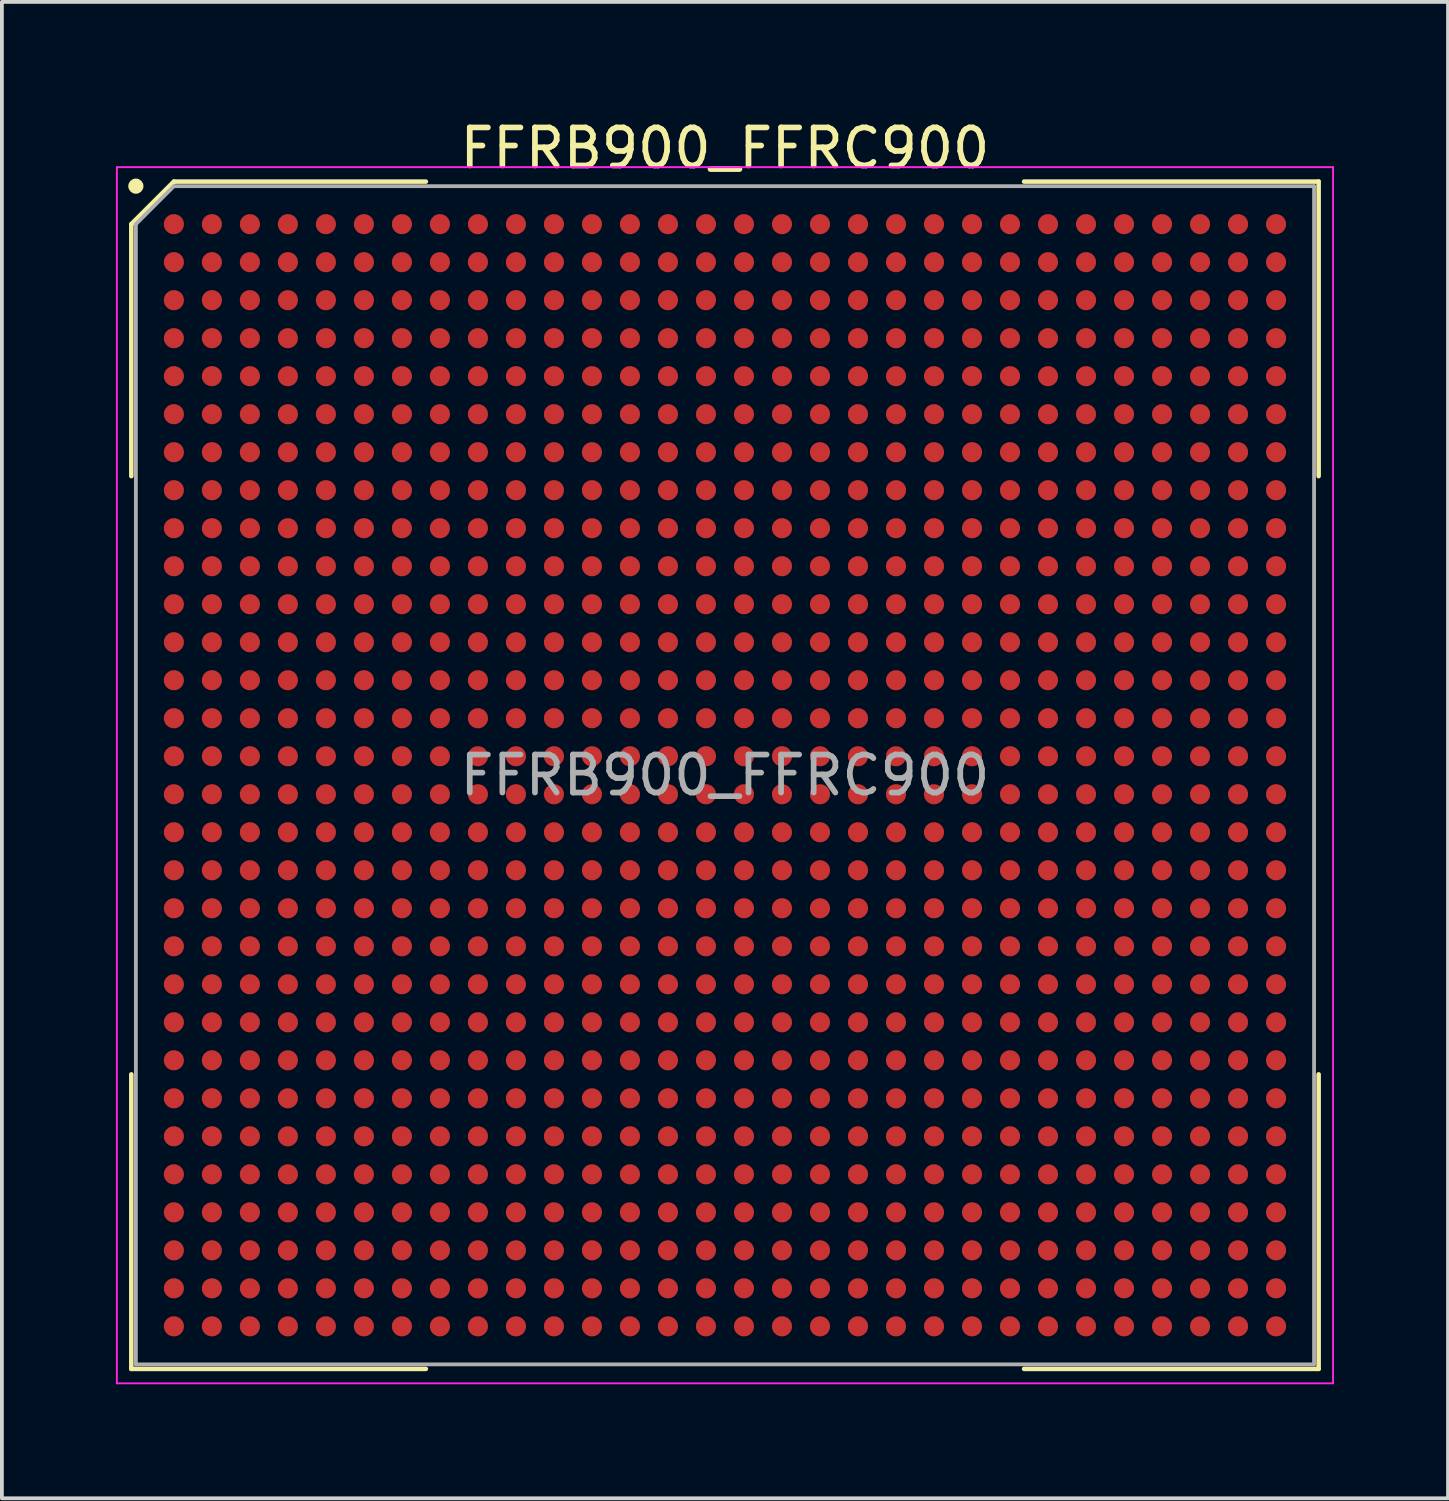
<source format=kicad_pcb>
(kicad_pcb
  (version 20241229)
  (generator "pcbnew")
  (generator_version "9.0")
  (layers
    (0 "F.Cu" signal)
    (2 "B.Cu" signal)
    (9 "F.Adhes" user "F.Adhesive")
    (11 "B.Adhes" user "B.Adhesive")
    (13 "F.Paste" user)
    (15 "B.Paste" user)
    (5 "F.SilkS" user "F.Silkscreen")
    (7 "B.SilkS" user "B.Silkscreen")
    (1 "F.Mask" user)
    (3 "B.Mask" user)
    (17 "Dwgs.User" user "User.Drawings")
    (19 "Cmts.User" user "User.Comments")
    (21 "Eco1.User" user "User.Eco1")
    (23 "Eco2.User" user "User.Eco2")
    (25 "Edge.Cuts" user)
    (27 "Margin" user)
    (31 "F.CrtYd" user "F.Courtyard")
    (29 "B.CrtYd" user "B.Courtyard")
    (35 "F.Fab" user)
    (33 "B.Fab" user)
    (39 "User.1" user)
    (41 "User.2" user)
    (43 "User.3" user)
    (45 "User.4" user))
  (footprint "FFRB900_FFRC900"
    (layer "F.Cu")
    (at 16.025 17.348)
    (property "Reference" "FFRB900_FFRC900" (at 0 -16.5 0) (layer "F.SilkS") (effects (font (size 1 1) (thickness 0.15))))
    (attr smd)
    (fp_line (start -15.62 -14.5) (end -15.62 -7.87) (stroke (width 0.12) (type default)) (layer "F.SilkS"))
    (fp_line (start -15.62 15.62) (end -15.62 7.87) (stroke (width 0.12) (type default)) (layer "F.SilkS"))
    (fp_line (start -14.5 -15.62) (end -15.62 -14.5) (stroke (width 0.12) (type default)) (layer "F.SilkS"))
    (fp_line (start -7.87 -15.62) (end -14.5 -15.62) (stroke (width 0.12) (type default)) (layer "F.SilkS"))
    (fp_line (start -7.87 15.62) (end -15.62 15.62) (stroke (width 0.12) (type default)) (layer "F.SilkS"))
    (fp_line (start 7.87 -15.62) (end 15.62 -15.62) (stroke (width 0.12) (type default)) (layer "F.SilkS"))
    (fp_line (start 7.87 15.62) (end 15.62 15.62) (stroke (width 0.12) (type default)) (layer "F.SilkS"))
    (fp_line (start 15.62 -15.62) (end 15.62 -7.87) (stroke (width 0.12) (type default)) (layer "F.SilkS"))
    (fp_line (start 15.62 15.62) (end 15.62 7.87) (stroke (width 0.12) (type default)) (layer "F.SilkS"))
    (fp_circle (center -15.5 -15.5) (end -15.5 -15.4) (stroke (width 0.2) (type default)) (fill no) (layer "F.SilkS"))
    (fp_line (start -16 -16) (end 16 -16) (stroke (width 0.05) (type default)) (layer "F.CrtYd"))
    (fp_line (start -16 16) (end -16 -16) (stroke (width 0.05) (type default)) (layer "F.CrtYd"))
    (fp_line (start 16 -16) (end 16 16) (stroke (width 0.05) (type default)) (layer "F.CrtYd"))
    (fp_line (start 16 16) (end -16 16) (stroke (width 0.05) (type default)) (layer "F.CrtYd"))
    (fp_line (start -15.5 -14.5) (end -15.5 15.5) (stroke (width 0.1) (type default)) (layer "F.Fab"))
    (fp_line (start -15.5 15.5) (end 15.5 15.5) (stroke (width 0.1) (type default)) (layer "F.Fab"))
    (fp_line (start -14.5 -15.5) (end -15.5 -14.5) (stroke (width 0.1) (type default)) (layer "F.Fab"))
    (fp_line (start 15.5 -15.5) (end -14.5 -15.5) (stroke (width 0.1) (type default)) (layer "F.Fab"))
    (fp_line (start 15.5 15.5) (end 15.5 -15.5) (stroke (width 0.1) (type default)) (layer "F.Fab"))
    (fp_text user "${REFERENCE}" (at 0 0 0) (layer "F.Fab") (effects (font (size 1 1) (thickness 0.15))))
    (pad "A1" smd circle (at -14.5 -14.5) (size 0.53 0.53) (layers "F.Cu" "F.Mask" "F.Paste"))
    (pad "A2" smd circle (at -13.5 -14.5) (size 0.53 0.53) (layers "F.Cu" "F.Mask" "F.Paste"))
    (pad "A3" smd circle (at -12.5 -14.5) (size 0.53 0.53) (layers "F.Cu" "F.Mask" "F.Paste"))
    (pad "A4" smd circle (at -11.5 -14.5) (size 0.53 0.53) (layers "F.Cu" "F.Mask" "F.Paste"))
    (pad "A5" smd circle (at -10.5 -14.5) (size 0.53 0.53) (layers "F.Cu" "F.Mask" "F.Paste"))
    (pad "A6" smd circle (at -9.5 -14.5) (size 0.53 0.53) (layers "F.Cu" "F.Mask" "F.Paste"))
    (pad "A7" smd circle (at -8.5 -14.5) (size 0.53 0.53) (layers "F.Cu" "F.Mask" "F.Paste"))
    (pad "A8" smd circle (at -7.5 -14.5) (size 0.53 0.53) (layers "F.Cu" "F.Mask" "F.Paste"))
    (pad "A9" smd circle (at -6.5 -14.5) (size 0.53 0.53) (layers "F.Cu" "F.Mask" "F.Paste"))
    (pad "A10" smd circle (at -5.5 -14.5) (size 0.53 0.53) (layers "F.Cu" "F.Mask" "F.Paste"))
    (pad "A11" smd circle (at -4.5 -14.5) (size 0.53 0.53) (layers "F.Cu" "F.Mask" "F.Paste"))
    (pad "A12" smd circle (at -3.5 -14.5) (size 0.53 0.53) (layers "F.Cu" "F.Mask" "F.Paste"))
    (pad "A13" smd circle (at -2.5 -14.5) (size 0.53 0.53) (layers "F.Cu" "F.Mask" "F.Paste"))
    (pad "A14" smd circle (at -1.5 -14.5) (size 0.53 0.53) (layers "F.Cu" "F.Mask" "F.Paste"))
    (pad "A15" smd circle (at -0.5 -14.5) (size 0.53 0.53) (layers "F.Cu" "F.Mask" "F.Paste"))
    (pad "A16" smd circle (at 0.5 -14.5) (size 0.53 0.53) (layers "F.Cu" "F.Mask" "F.Paste"))
    (pad "A17" smd circle (at 1.5 -14.5) (size 0.53 0.53) (layers "F.Cu" "F.Mask" "F.Paste"))
    (pad "A18" smd circle (at 2.5 -14.5) (size 0.53 0.53) (layers "F.Cu" "F.Mask" "F.Paste"))
    (pad "A19" smd circle (at 3.5 -14.5) (size 0.53 0.53) (layers "F.Cu" "F.Mask" "F.Paste"))
    (pad "A20" smd circle (at 4.5 -14.5) (size 0.53 0.53) (layers "F.Cu" "F.Mask" "F.Paste"))
    (pad "A21" smd circle (at 5.5 -14.5) (size 0.53 0.53) (layers "F.Cu" "F.Mask" "F.Paste"))
    (pad "A22" smd circle (at 6.5 -14.5) (size 0.53 0.53) (layers "F.Cu" "F.Mask" "F.Paste"))
    (pad "A23" smd circle (at 7.5 -14.5) (size 0.53 0.53) (layers "F.Cu" "F.Mask" "F.Paste"))
    (pad "A24" smd circle (at 8.5 -14.5) (size 0.53 0.53) (layers "F.Cu" "F.Mask" "F.Paste"))
    (pad "A25" smd circle (at 9.5 -14.5) (size 0.53 0.53) (layers "F.Cu" "F.Mask" "F.Paste"))
    (pad "A26" smd circle (at 10.5 -14.5) (size 0.53 0.53) (layers "F.Cu" "F.Mask" "F.Paste"))
    (pad "A27" smd circle (at 11.5 -14.5) (size 0.53 0.53) (layers "F.Cu" "F.Mask" "F.Paste"))
    (pad "A28" smd circle (at 12.5 -14.5) (size 0.53 0.53) (layers "F.Cu" "F.Mask" "F.Paste"))
    (pad "A29" smd circle (at 13.5 -14.5) (size 0.53 0.53) (layers "F.Cu" "F.Mask" "F.Paste"))
    (pad "A30" smd circle (at 14.5 -14.5) (size 0.53 0.53) (layers "F.Cu" "F.Mask" "F.Paste"))
    (pad "AA1" smd circle (at -14.5 5.5) (size 0.53 0.53) (layers "F.Cu" "F.Mask" "F.Paste"))
    (pad "AA2" smd circle (at -13.5 5.5) (size 0.53 0.53) (layers "F.Cu" "F.Mask" "F.Paste"))
    (pad "AA3" smd circle (at -12.5 5.5) (size 0.53 0.53) (layers "F.Cu" "F.Mask" "F.Paste"))
    (pad "AA4" smd circle (at -11.5 5.5) (size 0.53 0.53) (layers "F.Cu" "F.Mask" "F.Paste"))
    (pad "AA5" smd circle (at -10.5 5.5) (size 0.53 0.53) (layers "F.Cu" "F.Mask" "F.Paste"))
    (pad "AA6" smd circle (at -9.5 5.5) (size 0.53 0.53) (layers "F.Cu" "F.Mask" "F.Paste"))
    (pad "AA7" smd circle (at -8.5 5.5) (size 0.53 0.53) (layers "F.Cu" "F.Mask" "F.Paste"))
    (pad "AA8" smd circle (at -7.5 5.5) (size 0.53 0.53) (layers "F.Cu" "F.Mask" "F.Paste"))
    (pad "AA9" smd circle (at -6.5 5.5) (size 0.53 0.53) (layers "F.Cu" "F.Mask" "F.Paste"))
    (pad "AA10" smd circle (at -5.5 5.5) (size 0.53 0.53) (layers "F.Cu" "F.Mask" "F.Paste"))
    (pad "AA11" smd circle (at -4.5 5.5) (size 0.53 0.53) (layers "F.Cu" "F.Mask" "F.Paste"))
    (pad "AA12" smd circle (at -3.5 5.5) (size 0.53 0.53) (layers "F.Cu" "F.Mask" "F.Paste"))
    (pad "AA13" smd circle (at -2.5 5.5) (size 0.53 0.53) (layers "F.Cu" "F.Mask" "F.Paste"))
    (pad "AA14" smd circle (at -1.5 5.5) (size 0.53 0.53) (layers "F.Cu" "F.Mask" "F.Paste"))
    (pad "AA15" smd circle (at -0.5 5.5) (size 0.53 0.53) (layers "F.Cu" "F.Mask" "F.Paste"))
    (pad "AA16" smd circle (at 0.5 5.5) (size 0.53 0.53) (layers "F.Cu" "F.Mask" "F.Paste"))
    (pad "AA17" smd circle (at 1.5 5.5) (size 0.53 0.53) (layers "F.Cu" "F.Mask" "F.Paste"))
    (pad "AA18" smd circle (at 2.5 5.5) (size 0.53 0.53) (layers "F.Cu" "F.Mask" "F.Paste"))
    (pad "AA19" smd circle (at 3.5 5.5) (size 0.53 0.53) (layers "F.Cu" "F.Mask" "F.Paste"))
    (pad "AA20" smd circle (at 4.5 5.5) (size 0.53 0.53) (layers "F.Cu" "F.Mask" "F.Paste"))
    (pad "AA21" smd circle (at 5.5 5.5) (size 0.53 0.53) (layers "F.Cu" "F.Mask" "F.Paste"))
    (pad "AA22" smd circle (at 6.5 5.5) (size 0.53 0.53) (layers "F.Cu" "F.Mask" "F.Paste"))
    (pad "AA23" smd circle (at 7.5 5.5) (size 0.53 0.53) (layers "F.Cu" "F.Mask" "F.Paste"))
    (pad "AA24" smd circle (at 8.5 5.5) (size 0.53 0.53) (layers "F.Cu" "F.Mask" "F.Paste"))
    (pad "AA25" smd circle (at 9.5 5.5) (size 0.53 0.53) (layers "F.Cu" "F.Mask" "F.Paste"))
    (pad "AA26" smd circle (at 10.5 5.5) (size 0.53 0.53) (layers "F.Cu" "F.Mask" "F.Paste"))
    (pad "AA27" smd circle (at 11.5 5.5) (size 0.53 0.53) (layers "F.Cu" "F.Mask" "F.Paste"))
    (pad "AA28" smd circle (at 12.5 5.5) (size 0.53 0.53) (layers "F.Cu" "F.Mask" "F.Paste"))
    (pad "AA29" smd circle (at 13.5 5.5) (size 0.53 0.53) (layers "F.Cu" "F.Mask" "F.Paste"))
    (pad "AA30" smd circle (at 14.5 5.5) (size 0.53 0.53) (layers "F.Cu" "F.Mask" "F.Paste"))
    (pad "AB1" smd circle (at -14.5 6.5) (size 0.53 0.53) (layers "F.Cu" "F.Mask" "F.Paste"))
    (pad "AB2" smd circle (at -13.5 6.5) (size 0.53 0.53) (layers "F.Cu" "F.Mask" "F.Paste"))
    (pad "AB3" smd circle (at -12.5 6.5) (size 0.53 0.53) (layers "F.Cu" "F.Mask" "F.Paste"))
    (pad "AB4" smd circle (at -11.5 6.5) (size 0.53 0.53) (layers "F.Cu" "F.Mask" "F.Paste"))
    (pad "AB5" smd circle (at -10.5 6.5) (size 0.53 0.53) (layers "F.Cu" "F.Mask" "F.Paste"))
    (pad "AB6" smd circle (at -9.5 6.5) (size 0.53 0.53) (layers "F.Cu" "F.Mask" "F.Paste"))
    (pad "AB7" smd circle (at -8.5 6.5) (size 0.53 0.53) (layers "F.Cu" "F.Mask" "F.Paste"))
    (pad "AB8" smd circle (at -7.5 6.5) (size 0.53 0.53) (layers "F.Cu" "F.Mask" "F.Paste"))
    (pad "AB9" smd circle (at -6.5 6.5) (size 0.53 0.53) (layers "F.Cu" "F.Mask" "F.Paste"))
    (pad "AB10" smd circle (at -5.5 6.5) (size 0.53 0.53) (layers "F.Cu" "F.Mask" "F.Paste"))
    (pad "AB11" smd circle (at -4.5 6.5) (size 0.53 0.53) (layers "F.Cu" "F.Mask" "F.Paste"))
    (pad "AB12" smd circle (at -3.5 6.5) (size 0.53 0.53) (layers "F.Cu" "F.Mask" "F.Paste"))
    (pad "AB13" smd circle (at -2.5 6.5) (size 0.53 0.53) (layers "F.Cu" "F.Mask" "F.Paste"))
    (pad "AB14" smd circle (at -1.5 6.5) (size 0.53 0.53) (layers "F.Cu" "F.Mask" "F.Paste"))
    (pad "AB15" smd circle (at -0.5 6.5) (size 0.53 0.53) (layers "F.Cu" "F.Mask" "F.Paste"))
    (pad "AB16" smd circle (at 0.5 6.5) (size 0.53 0.53) (layers "F.Cu" "F.Mask" "F.Paste"))
    (pad "AB17" smd circle (at 1.5 6.5) (size 0.53 0.53) (layers "F.Cu" "F.Mask" "F.Paste"))
    (pad "AB18" smd circle (at 2.5 6.5) (size 0.53 0.53) (layers "F.Cu" "F.Mask" "F.Paste"))
    (pad "AB19" smd circle (at 3.5 6.5) (size 0.53 0.53) (layers "F.Cu" "F.Mask" "F.Paste"))
    (pad "AB20" smd circle (at 4.5 6.5) (size 0.53 0.53) (layers "F.Cu" "F.Mask" "F.Paste"))
    (pad "AB21" smd circle (at 5.5 6.5) (size 0.53 0.53) (layers "F.Cu" "F.Mask" "F.Paste"))
    (pad "AB22" smd circle (at 6.5 6.5) (size 0.53 0.53) (layers "F.Cu" "F.Mask" "F.Paste"))
    (pad "AB23" smd circle (at 7.5 6.5) (size 0.53 0.53) (layers "F.Cu" "F.Mask" "F.Paste"))
    (pad "AB24" smd circle (at 8.5 6.5) (size 0.53 0.53) (layers "F.Cu" "F.Mask" "F.Paste"))
    (pad "AB25" smd circle (at 9.5 6.5) (size 0.53 0.53) (layers "F.Cu" "F.Mask" "F.Paste"))
    (pad "AB26" smd circle (at 10.5 6.5) (size 0.53 0.53) (layers "F.Cu" "F.Mask" "F.Paste"))
    (pad "AB27" smd circle (at 11.5 6.5) (size 0.53 0.53) (layers "F.Cu" "F.Mask" "F.Paste"))
    (pad "AB28" smd circle (at 12.5 6.5) (size 0.53 0.53) (layers "F.Cu" "F.Mask" "F.Paste"))
    (pad "AB29" smd circle (at 13.5 6.5) (size 0.53 0.53) (layers "F.Cu" "F.Mask" "F.Paste"))
    (pad "AB30" smd circle (at 14.5 6.5) (size 0.53 0.53) (layers "F.Cu" "F.Mask" "F.Paste"))
    (pad "AC1" smd circle (at -14.5 7.5) (size 0.53 0.53) (layers "F.Cu" "F.Mask" "F.Paste"))
    (pad "AC2" smd circle (at -13.5 7.5) (size 0.53 0.53) (layers "F.Cu" "F.Mask" "F.Paste"))
    (pad "AC3" smd circle (at -12.5 7.5) (size 0.53 0.53) (layers "F.Cu" "F.Mask" "F.Paste"))
    (pad "AC4" smd circle (at -11.5 7.5) (size 0.53 0.53) (layers "F.Cu" "F.Mask" "F.Paste"))
    (pad "AC5" smd circle (at -10.5 7.5) (size 0.53 0.53) (layers "F.Cu" "F.Mask" "F.Paste"))
    (pad "AC6" smd circle (at -9.5 7.5) (size 0.53 0.53) (layers "F.Cu" "F.Mask" "F.Paste"))
    (pad "AC7" smd circle (at -8.5 7.5) (size 0.53 0.53) (layers "F.Cu" "F.Mask" "F.Paste"))
    (pad "AC8" smd circle (at -7.5 7.5) (size 0.53 0.53) (layers "F.Cu" "F.Mask" "F.Paste"))
    (pad "AC9" smd circle (at -6.5 7.5) (size 0.53 0.53) (layers "F.Cu" "F.Mask" "F.Paste"))
    (pad "AC10" smd circle (at -5.5 7.5) (size 0.53 0.53) (layers "F.Cu" "F.Mask" "F.Paste"))
    (pad "AC11" smd circle (at -4.5 7.5) (size 0.53 0.53) (layers "F.Cu" "F.Mask" "F.Paste"))
    (pad "AC12" smd circle (at -3.5 7.5) (size 0.53 0.53) (layers "F.Cu" "F.Mask" "F.Paste"))
    (pad "AC13" smd circle (at -2.5 7.5) (size 0.53 0.53) (layers "F.Cu" "F.Mask" "F.Paste"))
    (pad "AC14" smd circle (at -1.5 7.5) (size 0.53 0.53) (layers "F.Cu" "F.Mask" "F.Paste"))
    (pad "AC15" smd circle (at -0.5 7.5) (size 0.53 0.53) (layers "F.Cu" "F.Mask" "F.Paste"))
    (pad "AC16" smd circle (at 0.5 7.5) (size 0.53 0.53) (layers "F.Cu" "F.Mask" "F.Paste"))
    (pad "AC17" smd circle (at 1.5 7.5) (size 0.53 0.53) (layers "F.Cu" "F.Mask" "F.Paste"))
    (pad "AC18" smd circle (at 2.5 7.5) (size 0.53 0.53) (layers "F.Cu" "F.Mask" "F.Paste"))
    (pad "AC19" smd circle (at 3.5 7.5) (size 0.53 0.53) (layers "F.Cu" "F.Mask" "F.Paste"))
    (pad "AC20" smd circle (at 4.5 7.5) (size 0.53 0.53) (layers "F.Cu" "F.Mask" "F.Paste"))
    (pad "AC21" smd circle (at 5.5 7.5) (size 0.53 0.53) (layers "F.Cu" "F.Mask" "F.Paste"))
    (pad "AC22" smd circle (at 6.5 7.5) (size 0.53 0.53) (layers "F.Cu" "F.Mask" "F.Paste"))
    (pad "AC23" smd circle (at 7.5 7.5) (size 0.53 0.53) (layers "F.Cu" "F.Mask" "F.Paste"))
    (pad "AC24" smd circle (at 8.5 7.5) (size 0.53 0.53) (layers "F.Cu" "F.Mask" "F.Paste"))
    (pad "AC25" smd circle (at 9.5 7.5) (size 0.53 0.53) (layers "F.Cu" "F.Mask" "F.Paste"))
    (pad "AC26" smd circle (at 10.5 7.5) (size 0.53 0.53) (layers "F.Cu" "F.Mask" "F.Paste"))
    (pad "AC27" smd circle (at 11.5 7.5) (size 0.53 0.53) (layers "F.Cu" "F.Mask" "F.Paste"))
    (pad "AC28" smd circle (at 12.5 7.5) (size 0.53 0.53) (layers "F.Cu" "F.Mask" "F.Paste"))
    (pad "AC29" smd circle (at 13.5 7.5) (size 0.53 0.53) (layers "F.Cu" "F.Mask" "F.Paste"))
    (pad "AC30" smd circle (at 14.5 7.5) (size 0.53 0.53) (layers "F.Cu" "F.Mask" "F.Paste"))
    (pad "AD1" smd circle (at -14.5 8.5) (size 0.53 0.53) (layers "F.Cu" "F.Mask" "F.Paste"))
    (pad "AD2" smd circle (at -13.5 8.5) (size 0.53 0.53) (layers "F.Cu" "F.Mask" "F.Paste"))
    (pad "AD3" smd circle (at -12.5 8.5) (size 0.53 0.53) (layers "F.Cu" "F.Mask" "F.Paste"))
    (pad "AD4" smd circle (at -11.5 8.5) (size 0.53 0.53) (layers "F.Cu" "F.Mask" "F.Paste"))
    (pad "AD5" smd circle (at -10.5 8.5) (size 0.53 0.53) (layers "F.Cu" "F.Mask" "F.Paste"))
    (pad "AD6" smd circle (at -9.5 8.5) (size 0.53 0.53) (layers "F.Cu" "F.Mask" "F.Paste"))
    (pad "AD7" smd circle (at -8.5 8.5) (size 0.53 0.53) (layers "F.Cu" "F.Mask" "F.Paste"))
    (pad "AD8" smd circle (at -7.5 8.5) (size 0.53 0.53) (layers "F.Cu" "F.Mask" "F.Paste"))
    (pad "AD9" smd circle (at -6.5 8.5) (size 0.53 0.53) (layers "F.Cu" "F.Mask" "F.Paste"))
    (pad "AD10" smd circle (at -5.5 8.5) (size 0.53 0.53) (layers "F.Cu" "F.Mask" "F.Paste"))
    (pad "AD11" smd circle (at -4.5 8.5) (size 0.53 0.53) (layers "F.Cu" "F.Mask" "F.Paste"))
    (pad "AD12" smd circle (at -3.5 8.5) (size 0.53 0.53) (layers "F.Cu" "F.Mask" "F.Paste"))
    (pad "AD13" smd circle (at -2.5 8.5) (size 0.53 0.53) (layers "F.Cu" "F.Mask" "F.Paste"))
    (pad "AD14" smd circle (at -1.5 8.5) (size 0.53 0.53) (layers "F.Cu" "F.Mask" "F.Paste"))
    (pad "AD15" smd circle (at -0.5 8.5) (size 0.53 0.53) (layers "F.Cu" "F.Mask" "F.Paste"))
    (pad "AD16" smd circle (at 0.5 8.5) (size 0.53 0.53) (layers "F.Cu" "F.Mask" "F.Paste"))
    (pad "AD17" smd circle (at 1.5 8.5) (size 0.53 0.53) (layers "F.Cu" "F.Mask" "F.Paste"))
    (pad "AD18" smd circle (at 2.5 8.5) (size 0.53 0.53) (layers "F.Cu" "F.Mask" "F.Paste"))
    (pad "AD19" smd circle (at 3.5 8.5) (size 0.53 0.53) (layers "F.Cu" "F.Mask" "F.Paste"))
    (pad "AD20" smd circle (at 4.5 8.5) (size 0.53 0.53) (layers "F.Cu" "F.Mask" "F.Paste"))
    (pad "AD21" smd circle (at 5.5 8.5) (size 0.53 0.53) (layers "F.Cu" "F.Mask" "F.Paste"))
    (pad "AD22" smd circle (at 6.5 8.5) (size 0.53 0.53) (layers "F.Cu" "F.Mask" "F.Paste"))
    (pad "AD23" smd circle (at 7.5 8.5) (size 0.53 0.53) (layers "F.Cu" "F.Mask" "F.Paste"))
    (pad "AD24" smd circle (at 8.5 8.5) (size 0.53 0.53) (layers "F.Cu" "F.Mask" "F.Paste"))
    (pad "AD25" smd circle (at 9.5 8.5) (size 0.53 0.53) (layers "F.Cu" "F.Mask" "F.Paste"))
    (pad "AD26" smd circle (at 10.5 8.5) (size 0.53 0.53) (layers "F.Cu" "F.Mask" "F.Paste"))
    (pad "AD27" smd circle (at 11.5 8.5) (size 0.53 0.53) (layers "F.Cu" "F.Mask" "F.Paste"))
    (pad "AD28" smd circle (at 12.5 8.5) (size 0.53 0.53) (layers "F.Cu" "F.Mask" "F.Paste"))
    (pad "AD29" smd circle (at 13.5 8.5) (size 0.53 0.53) (layers "F.Cu" "F.Mask" "F.Paste"))
    (pad "AD30" smd circle (at 14.5 8.5) (size 0.53 0.53) (layers "F.Cu" "F.Mask" "F.Paste"))
    (pad "AE1" smd circle (at -14.5 9.5) (size 0.53 0.53) (layers "F.Cu" "F.Mask" "F.Paste"))
    (pad "AE2" smd circle (at -13.5 9.5) (size 0.53 0.53) (layers "F.Cu" "F.Mask" "F.Paste"))
    (pad "AE3" smd circle (at -12.5 9.5) (size 0.53 0.53) (layers "F.Cu" "F.Mask" "F.Paste"))
    (pad "AE4" smd circle (at -11.5 9.5) (size 0.53 0.53) (layers "F.Cu" "F.Mask" "F.Paste"))
    (pad "AE5" smd circle (at -10.5 9.5) (size 0.53 0.53) (layers "F.Cu" "F.Mask" "F.Paste"))
    (pad "AE6" smd circle (at -9.5 9.5) (size 0.53 0.53) (layers "F.Cu" "F.Mask" "F.Paste"))
    (pad "AE7" smd circle (at -8.5 9.5) (size 0.53 0.53) (layers "F.Cu" "F.Mask" "F.Paste"))
    (pad "AE8" smd circle (at -7.5 9.5) (size 0.53 0.53) (layers "F.Cu" "F.Mask" "F.Paste"))
    (pad "AE9" smd circle (at -6.5 9.5) (size 0.53 0.53) (layers "F.Cu" "F.Mask" "F.Paste"))
    (pad "AE10" smd circle (at -5.5 9.5) (size 0.53 0.53) (layers "F.Cu" "F.Mask" "F.Paste"))
    (pad "AE11" smd circle (at -4.5 9.5) (size 0.53 0.53) (layers "F.Cu" "F.Mask" "F.Paste"))
    (pad "AE12" smd circle (at -3.5 9.5) (size 0.53 0.53) (layers "F.Cu" "F.Mask" "F.Paste"))
    (pad "AE13" smd circle (at -2.5 9.5) (size 0.53 0.53) (layers "F.Cu" "F.Mask" "F.Paste"))
    (pad "AE14" smd circle (at -1.5 9.5) (size 0.53 0.53) (layers "F.Cu" "F.Mask" "F.Paste"))
    (pad "AE15" smd circle (at -0.5 9.5) (size 0.53 0.53) (layers "F.Cu" "F.Mask" "F.Paste"))
    (pad "AE16" smd circle (at 0.5 9.5) (size 0.53 0.53) (layers "F.Cu" "F.Mask" "F.Paste"))
    (pad "AE17" smd circle (at 1.5 9.5) (size 0.53 0.53) (layers "F.Cu" "F.Mask" "F.Paste"))
    (pad "AE18" smd circle (at 2.5 9.5) (size 0.53 0.53) (layers "F.Cu" "F.Mask" "F.Paste"))
    (pad "AE19" smd circle (at 3.5 9.5) (size 0.53 0.53) (layers "F.Cu" "F.Mask" "F.Paste"))
    (pad "AE20" smd circle (at 4.5 9.5) (size 0.53 0.53) (layers "F.Cu" "F.Mask" "F.Paste"))
    (pad "AE21" smd circle (at 5.5 9.5) (size 0.53 0.53) (layers "F.Cu" "F.Mask" "F.Paste"))
    (pad "AE22" smd circle (at 6.5 9.5) (size 0.53 0.53) (layers "F.Cu" "F.Mask" "F.Paste"))
    (pad "AE23" smd circle (at 7.5 9.5) (size 0.53 0.53) (layers "F.Cu" "F.Mask" "F.Paste"))
    (pad "AE24" smd circle (at 8.5 9.5) (size 0.53 0.53) (layers "F.Cu" "F.Mask" "F.Paste"))
    (pad "AE25" smd circle (at 9.5 9.5) (size 0.53 0.53) (layers "F.Cu" "F.Mask" "F.Paste"))
    (pad "AE26" smd circle (at 10.5 9.5) (size 0.53 0.53) (layers "F.Cu" "F.Mask" "F.Paste"))
    (pad "AE27" smd circle (at 11.5 9.5) (size 0.53 0.53) (layers "F.Cu" "F.Mask" "F.Paste"))
    (pad "AE28" smd circle (at 12.5 9.5) (size 0.53 0.53) (layers "F.Cu" "F.Mask" "F.Paste"))
    (pad "AE29" smd circle (at 13.5 9.5) (size 0.53 0.53) (layers "F.Cu" "F.Mask" "F.Paste"))
    (pad "AE30" smd circle (at 14.5 9.5) (size 0.53 0.53) (layers "F.Cu" "F.Mask" "F.Paste"))
    (pad "AF1" smd circle (at -14.5 10.5) (size 0.53 0.53) (layers "F.Cu" "F.Mask" "F.Paste"))
    (pad "AF2" smd circle (at -13.5 10.5) (size 0.53 0.53) (layers "F.Cu" "F.Mask" "F.Paste"))
    (pad "AF3" smd circle (at -12.5 10.5) (size 0.53 0.53) (layers "F.Cu" "F.Mask" "F.Paste"))
    (pad "AF4" smd circle (at -11.5 10.5) (size 0.53 0.53) (layers "F.Cu" "F.Mask" "F.Paste"))
    (pad "AF5" smd circle (at -10.5 10.5) (size 0.53 0.53) (layers "F.Cu" "F.Mask" "F.Paste"))
    (pad "AF6" smd circle (at -9.5 10.5) (size 0.53 0.53) (layers "F.Cu" "F.Mask" "F.Paste"))
    (pad "AF7" smd circle (at -8.5 10.5) (size 0.53 0.53) (layers "F.Cu" "F.Mask" "F.Paste"))
    (pad "AF8" smd circle (at -7.5 10.5) (size 0.53 0.53) (layers "F.Cu" "F.Mask" "F.Paste"))
    (pad "AF9" smd circle (at -6.5 10.5) (size 0.53 0.53) (layers "F.Cu" "F.Mask" "F.Paste"))
    (pad "AF10" smd circle (at -5.5 10.5) (size 0.53 0.53) (layers "F.Cu" "F.Mask" "F.Paste"))
    (pad "AF11" smd circle (at -4.5 10.5) (size 0.53 0.53) (layers "F.Cu" "F.Mask" "F.Paste"))
    (pad "AF12" smd circle (at -3.5 10.5) (size 0.53 0.53) (layers "F.Cu" "F.Mask" "F.Paste"))
    (pad "AF13" smd circle (at -2.5 10.5) (size 0.53 0.53) (layers "F.Cu" "F.Mask" "F.Paste"))
    (pad "AF14" smd circle (at -1.5 10.5) (size 0.53 0.53) (layers "F.Cu" "F.Mask" "F.Paste"))
    (pad "AF15" smd circle (at -0.5 10.5) (size 0.53 0.53) (layers "F.Cu" "F.Mask" "F.Paste"))
    (pad "AF16" smd circle (at 0.5 10.5) (size 0.53 0.53) (layers "F.Cu" "F.Mask" "F.Paste"))
    (pad "AF17" smd circle (at 1.5 10.5) (size 0.53 0.53) (layers "F.Cu" "F.Mask" "F.Paste"))
    (pad "AF18" smd circle (at 2.5 10.5) (size 0.53 0.53) (layers "F.Cu" "F.Mask" "F.Paste"))
    (pad "AF19" smd circle (at 3.5 10.5) (size 0.53 0.53) (layers "F.Cu" "F.Mask" "F.Paste"))
    (pad "AF20" smd circle (at 4.5 10.5) (size 0.53 0.53) (layers "F.Cu" "F.Mask" "F.Paste"))
    (pad "AF21" smd circle (at 5.5 10.5) (size 0.53 0.53) (layers "F.Cu" "F.Mask" "F.Paste"))
    (pad "AF22" smd circle (at 6.5 10.5) (size 0.53 0.53) (layers "F.Cu" "F.Mask" "F.Paste"))
    (pad "AF23" smd circle (at 7.5 10.5) (size 0.53 0.53) (layers "F.Cu" "F.Mask" "F.Paste"))
    (pad "AF24" smd circle (at 8.5 10.5) (size 0.53 0.53) (layers "F.Cu" "F.Mask" "F.Paste"))
    (pad "AF25" smd circle (at 9.5 10.5) (size 0.53 0.53) (layers "F.Cu" "F.Mask" "F.Paste"))
    (pad "AF26" smd circle (at 10.5 10.5) (size 0.53 0.53) (layers "F.Cu" "F.Mask" "F.Paste"))
    (pad "AF27" smd circle (at 11.5 10.5) (size 0.53 0.53) (layers "F.Cu" "F.Mask" "F.Paste"))
    (pad "AF28" smd circle (at 12.5 10.5) (size 0.53 0.53) (layers "F.Cu" "F.Mask" "F.Paste"))
    (pad "AF29" smd circle (at 13.5 10.5) (size 0.53 0.53) (layers "F.Cu" "F.Mask" "F.Paste"))
    (pad "AF30" smd circle (at 14.5 10.5) (size 0.53 0.53) (layers "F.Cu" "F.Mask" "F.Paste"))
    (pad "AG1" smd circle (at -14.5 11.5) (size 0.53 0.53) (layers "F.Cu" "F.Mask" "F.Paste"))
    (pad "AG2" smd circle (at -13.5 11.5) (size 0.53 0.53) (layers "F.Cu" "F.Mask" "F.Paste"))
    (pad "AG3" smd circle (at -12.5 11.5) (size 0.53 0.53) (layers "F.Cu" "F.Mask" "F.Paste"))
    (pad "AG4" smd circle (at -11.5 11.5) (size 0.53 0.53) (layers "F.Cu" "F.Mask" "F.Paste"))
    (pad "AG5" smd circle (at -10.5 11.5) (size 0.53 0.53) (layers "F.Cu" "F.Mask" "F.Paste"))
    (pad "AG6" smd circle (at -9.5 11.5) (size 0.53 0.53) (layers "F.Cu" "F.Mask" "F.Paste"))
    (pad "AG7" smd circle (at -8.5 11.5) (size 0.53 0.53) (layers "F.Cu" "F.Mask" "F.Paste"))
    (pad "AG8" smd circle (at -7.5 11.5) (size 0.53 0.53) (layers "F.Cu" "F.Mask" "F.Paste"))
    (pad "AG9" smd circle (at -6.5 11.5) (size 0.53 0.53) (layers "F.Cu" "F.Mask" "F.Paste"))
    (pad "AG10" smd circle (at -5.5 11.5) (size 0.53 0.53) (layers "F.Cu" "F.Mask" "F.Paste"))
    (pad "AG11" smd circle (at -4.5 11.5) (size 0.53 0.53) (layers "F.Cu" "F.Mask" "F.Paste"))
    (pad "AG12" smd circle (at -3.5 11.5) (size 0.53 0.53) (layers "F.Cu" "F.Mask" "F.Paste"))
    (pad "AG13" smd circle (at -2.5 11.5) (size 0.53 0.53) (layers "F.Cu" "F.Mask" "F.Paste"))
    (pad "AG14" smd circle (at -1.5 11.5) (size 0.53 0.53) (layers "F.Cu" "F.Mask" "F.Paste"))
    (pad "AG15" smd circle (at -0.5 11.5) (size 0.53 0.53) (layers "F.Cu" "F.Mask" "F.Paste"))
    (pad "AG16" smd circle (at 0.5 11.5) (size 0.53 0.53) (layers "F.Cu" "F.Mask" "F.Paste"))
    (pad "AG17" smd circle (at 1.5 11.5) (size 0.53 0.53) (layers "F.Cu" "F.Mask" "F.Paste"))
    (pad "AG18" smd circle (at 2.5 11.5) (size 0.53 0.53) (layers "F.Cu" "F.Mask" "F.Paste"))
    (pad "AG19" smd circle (at 3.5 11.5) (size 0.53 0.53) (layers "F.Cu" "F.Mask" "F.Paste"))
    (pad "AG20" smd circle (at 4.5 11.5) (size 0.53 0.53) (layers "F.Cu" "F.Mask" "F.Paste"))
    (pad "AG21" smd circle (at 5.5 11.5) (size 0.53 0.53) (layers "F.Cu" "F.Mask" "F.Paste"))
    (pad "AG22" smd circle (at 6.5 11.5) (size 0.53 0.53) (layers "F.Cu" "F.Mask" "F.Paste"))
    (pad "AG23" smd circle (at 7.5 11.5) (size 0.53 0.53) (layers "F.Cu" "F.Mask" "F.Paste"))
    (pad "AG24" smd circle (at 8.5 11.5) (size 0.53 0.53) (layers "F.Cu" "F.Mask" "F.Paste"))
    (pad "AG25" smd circle (at 9.5 11.5) (size 0.53 0.53) (layers "F.Cu" "F.Mask" "F.Paste"))
    (pad "AG26" smd circle (at 10.5 11.5) (size 0.53 0.53) (layers "F.Cu" "F.Mask" "F.Paste"))
    (pad "AG27" smd circle (at 11.5 11.5) (size 0.53 0.53) (layers "F.Cu" "F.Mask" "F.Paste"))
    (pad "AG28" smd circle (at 12.5 11.5) (size 0.53 0.53) (layers "F.Cu" "F.Mask" "F.Paste"))
    (pad "AG29" smd circle (at 13.5 11.5) (size 0.53 0.53) (layers "F.Cu" "F.Mask" "F.Paste"))
    (pad "AG30" smd circle (at 14.5 11.5) (size 0.53 0.53) (layers "F.Cu" "F.Mask" "F.Paste"))
    (pad "AH1" smd circle (at -14.5 12.5) (size 0.53 0.53) (layers "F.Cu" "F.Mask" "F.Paste"))
    (pad "AH2" smd circle (at -13.5 12.5) (size 0.53 0.53) (layers "F.Cu" "F.Mask" "F.Paste"))
    (pad "AH3" smd circle (at -12.5 12.5) (size 0.53 0.53) (layers "F.Cu" "F.Mask" "F.Paste"))
    (pad "AH4" smd circle (at -11.5 12.5) (size 0.53 0.53) (layers "F.Cu" "F.Mask" "F.Paste"))
    (pad "AH5" smd circle (at -10.5 12.5) (size 0.53 0.53) (layers "F.Cu" "F.Mask" "F.Paste"))
    (pad "AH6" smd circle (at -9.5 12.5) (size 0.53 0.53) (layers "F.Cu" "F.Mask" "F.Paste"))
    (pad "AH7" smd circle (at -8.5 12.5) (size 0.53 0.53) (layers "F.Cu" "F.Mask" "F.Paste"))
    (pad "AH8" smd circle (at -7.5 12.5) (size 0.53 0.53) (layers "F.Cu" "F.Mask" "F.Paste"))
    (pad "AH9" smd circle (at -6.5 12.5) (size 0.53 0.53) (layers "F.Cu" "F.Mask" "F.Paste"))
    (pad "AH10" smd circle (at -5.5 12.5) (size 0.53 0.53) (layers "F.Cu" "F.Mask" "F.Paste"))
    (pad "AH11" smd circle (at -4.5 12.5) (size 0.53 0.53) (layers "F.Cu" "F.Mask" "F.Paste"))
    (pad "AH12" smd circle (at -3.5 12.5) (size 0.53 0.53) (layers "F.Cu" "F.Mask" "F.Paste"))
    (pad "AH13" smd circle (at -2.5 12.5) (size 0.53 0.53) (layers "F.Cu" "F.Mask" "F.Paste"))
    (pad "AH14" smd circle (at -1.5 12.5) (size 0.53 0.53) (layers "F.Cu" "F.Mask" "F.Paste"))
    (pad "AH15" smd circle (at -0.5 12.5) (size 0.53 0.53) (layers "F.Cu" "F.Mask" "F.Paste"))
    (pad "AH16" smd circle (at 0.5 12.5) (size 0.53 0.53) (layers "F.Cu" "F.Mask" "F.Paste"))
    (pad "AH17" smd circle (at 1.5 12.5) (size 0.53 0.53) (layers "F.Cu" "F.Mask" "F.Paste"))
    (pad "AH18" smd circle (at 2.5 12.5) (size 0.53 0.53) (layers "F.Cu" "F.Mask" "F.Paste"))
    (pad "AH19" smd circle (at 3.5 12.5) (size 0.53 0.53) (layers "F.Cu" "F.Mask" "F.Paste"))
    (pad "AH20" smd circle (at 4.5 12.5) (size 0.53 0.53) (layers "F.Cu" "F.Mask" "F.Paste"))
    (pad "AH21" smd circle (at 5.5 12.5) (size 0.53 0.53) (layers "F.Cu" "F.Mask" "F.Paste"))
    (pad "AH22" smd circle (at 6.5 12.5) (size 0.53 0.53) (layers "F.Cu" "F.Mask" "F.Paste"))
    (pad "AH23" smd circle (at 7.5 12.5) (size 0.53 0.53) (layers "F.Cu" "F.Mask" "F.Paste"))
    (pad "AH24" smd circle (at 8.5 12.5) (size 0.53 0.53) (layers "F.Cu" "F.Mask" "F.Paste"))
    (pad "AH25" smd circle (at 9.5 12.5) (size 0.53 0.53) (layers "F.Cu" "F.Mask" "F.Paste"))
    (pad "AH26" smd circle (at 10.5 12.5) (size 0.53 0.53) (layers "F.Cu" "F.Mask" "F.Paste"))
    (pad "AH27" smd circle (at 11.5 12.5) (size 0.53 0.53) (layers "F.Cu" "F.Mask" "F.Paste"))
    (pad "AH28" smd circle (at 12.5 12.5) (size 0.53 0.53) (layers "F.Cu" "F.Mask" "F.Paste"))
    (pad "AH29" smd circle (at 13.5 12.5) (size 0.53 0.53) (layers "F.Cu" "F.Mask" "F.Paste"))
    (pad "AH30" smd circle (at 14.5 12.5) (size 0.53 0.53) (layers "F.Cu" "F.Mask" "F.Paste"))
    (pad "AJ1" smd circle (at -14.5 13.5) (size 0.53 0.53) (layers "F.Cu" "F.Mask" "F.Paste"))
    (pad "AJ2" smd circle (at -13.5 13.5) (size 0.53 0.53) (layers "F.Cu" "F.Mask" "F.Paste"))
    (pad "AJ3" smd circle (at -12.5 13.5) (size 0.53 0.53) (layers "F.Cu" "F.Mask" "F.Paste"))
    (pad "AJ4" smd circle (at -11.5 13.5) (size 0.53 0.53) (layers "F.Cu" "F.Mask" "F.Paste"))
    (pad "AJ5" smd circle (at -10.5 13.5) (size 0.53 0.53) (layers "F.Cu" "F.Mask" "F.Paste"))
    (pad "AJ6" smd circle (at -9.5 13.5) (size 0.53 0.53) (layers "F.Cu" "F.Mask" "F.Paste"))
    (pad "AJ7" smd circle (at -8.5 13.5) (size 0.53 0.53) (layers "F.Cu" "F.Mask" "F.Paste"))
    (pad "AJ8" smd circle (at -7.5 13.5) (size 0.53 0.53) (layers "F.Cu" "F.Mask" "F.Paste"))
    (pad "AJ9" smd circle (at -6.5 13.5) (size 0.53 0.53) (layers "F.Cu" "F.Mask" "F.Paste"))
    (pad "AJ10" smd circle (at -5.5 13.5) (size 0.53 0.53) (layers "F.Cu" "F.Mask" "F.Paste"))
    (pad "AJ11" smd circle (at -4.5 13.5) (size 0.53 0.53) (layers "F.Cu" "F.Mask" "F.Paste"))
    (pad "AJ12" smd circle (at -3.5 13.5) (size 0.53 0.53) (layers "F.Cu" "F.Mask" "F.Paste"))
    (pad "AJ13" smd circle (at -2.5 13.5) (size 0.53 0.53) (layers "F.Cu" "F.Mask" "F.Paste"))
    (pad "AJ14" smd circle (at -1.5 13.5) (size 0.53 0.53) (layers "F.Cu" "F.Mask" "F.Paste"))
    (pad "AJ15" smd circle (at -0.5 13.5) (size 0.53 0.53) (layers "F.Cu" "F.Mask" "F.Paste"))
    (pad "AJ16" smd circle (at 0.5 13.5) (size 0.53 0.53) (layers "F.Cu" "F.Mask" "F.Paste"))
    (pad "AJ17" smd circle (at 1.5 13.5) (size 0.53 0.53) (layers "F.Cu" "F.Mask" "F.Paste"))
    (pad "AJ18" smd circle (at 2.5 13.5) (size 0.53 0.53) (layers "F.Cu" "F.Mask" "F.Paste"))
    (pad "AJ19" smd circle (at 3.5 13.5) (size 0.53 0.53) (layers "F.Cu" "F.Mask" "F.Paste"))
    (pad "AJ20" smd circle (at 4.5 13.5) (size 0.53 0.53) (layers "F.Cu" "F.Mask" "F.Paste"))
    (pad "AJ21" smd circle (at 5.5 13.5) (size 0.53 0.53) (layers "F.Cu" "F.Mask" "F.Paste"))
    (pad "AJ22" smd circle (at 6.5 13.5) (size 0.53 0.53) (layers "F.Cu" "F.Mask" "F.Paste"))
    (pad "AJ23" smd circle (at 7.5 13.5) (size 0.53 0.53) (layers "F.Cu" "F.Mask" "F.Paste"))
    (pad "AJ24" smd circle (at 8.5 13.5) (size 0.53 0.53) (layers "F.Cu" "F.Mask" "F.Paste"))
    (pad "AJ25" smd circle (at 9.5 13.5) (size 0.53 0.53) (layers "F.Cu" "F.Mask" "F.Paste"))
    (pad "AJ26" smd circle (at 10.5 13.5) (size 0.53 0.53) (layers "F.Cu" "F.Mask" "F.Paste"))
    (pad "AJ27" smd circle (at 11.5 13.5) (size 0.53 0.53) (layers "F.Cu" "F.Mask" "F.Paste"))
    (pad "AJ28" smd circle (at 12.5 13.5) (size 0.53 0.53) (layers "F.Cu" "F.Mask" "F.Paste"))
    (pad "AJ29" smd circle (at 13.5 13.5) (size 0.53 0.53) (layers "F.Cu" "F.Mask" "F.Paste"))
    (pad "AJ30" smd circle (at 14.5 13.5) (size 0.53 0.53) (layers "F.Cu" "F.Mask" "F.Paste"))
    (pad "AK1" smd circle (at -14.5 14.5) (size 0.53 0.53) (layers "F.Cu" "F.Mask" "F.Paste"))
    (pad "AK2" smd circle (at -13.5 14.5) (size 0.53 0.53) (layers "F.Cu" "F.Mask" "F.Paste"))
    (pad "AK3" smd circle (at -12.5 14.5) (size 0.53 0.53) (layers "F.Cu" "F.Mask" "F.Paste"))
    (pad "AK4" smd circle (at -11.5 14.5) (size 0.53 0.53) (layers "F.Cu" "F.Mask" "F.Paste"))
    (pad "AK5" smd circle (at -10.5 14.5) (size 0.53 0.53) (layers "F.Cu" "F.Mask" "F.Paste"))
    (pad "AK6" smd circle (at -9.5 14.5) (size 0.53 0.53) (layers "F.Cu" "F.Mask" "F.Paste"))
    (pad "AK7" smd circle (at -8.5 14.5) (size 0.53 0.53) (layers "F.Cu" "F.Mask" "F.Paste"))
    (pad "AK8" smd circle (at -7.5 14.5) (size 0.53 0.53) (layers "F.Cu" "F.Mask" "F.Paste"))
    (pad "AK9" smd circle (at -6.5 14.5) (size 0.53 0.53) (layers "F.Cu" "F.Mask" "F.Paste"))
    (pad "AK10" smd circle (at -5.5 14.5) (size 0.53 0.53) (layers "F.Cu" "F.Mask" "F.Paste"))
    (pad "AK11" smd circle (at -4.5 14.5) (size 0.53 0.53) (layers "F.Cu" "F.Mask" "F.Paste"))
    (pad "AK12" smd circle (at -3.5 14.5) (size 0.53 0.53) (layers "F.Cu" "F.Mask" "F.Paste"))
    (pad "AK13" smd circle (at -2.5 14.5) (size 0.53 0.53) (layers "F.Cu" "F.Mask" "F.Paste"))
    (pad "AK14" smd circle (at -1.5 14.5) (size 0.53 0.53) (layers "F.Cu" "F.Mask" "F.Paste"))
    (pad "AK15" smd circle (at -0.5 14.5) (size 0.53 0.53) (layers "F.Cu" "F.Mask" "F.Paste"))
    (pad "AK16" smd circle (at 0.5 14.5) (size 0.53 0.53) (layers "F.Cu" "F.Mask" "F.Paste"))
    (pad "AK17" smd circle (at 1.5 14.5) (size 0.53 0.53) (layers "F.Cu" "F.Mask" "F.Paste"))
    (pad "AK18" smd circle (at 2.5 14.5) (size 0.53 0.53) (layers "F.Cu" "F.Mask" "F.Paste"))
    (pad "AK19" smd circle (at 3.5 14.5) (size 0.53 0.53) (layers "F.Cu" "F.Mask" "F.Paste"))
    (pad "AK20" smd circle (at 4.5 14.5) (size 0.53 0.53) (layers "F.Cu" "F.Mask" "F.Paste"))
    (pad "AK21" smd circle (at 5.5 14.5) (size 0.53 0.53) (layers "F.Cu" "F.Mask" "F.Paste"))
    (pad "AK22" smd circle (at 6.5 14.5) (size 0.53 0.53) (layers "F.Cu" "F.Mask" "F.Paste"))
    (pad "AK23" smd circle (at 7.5 14.5) (size 0.53 0.53) (layers "F.Cu" "F.Mask" "F.Paste"))
    (pad "AK24" smd circle (at 8.5 14.5) (size 0.53 0.53) (layers "F.Cu" "F.Mask" "F.Paste"))
    (pad "AK25" smd circle (at 9.5 14.5) (size 0.53 0.53) (layers "F.Cu" "F.Mask" "F.Paste"))
    (pad "AK26" smd circle (at 10.5 14.5) (size 0.53 0.53) (layers "F.Cu" "F.Mask" "F.Paste"))
    (pad "AK27" smd circle (at 11.5 14.5) (size 0.53 0.53) (layers "F.Cu" "F.Mask" "F.Paste"))
    (pad "AK28" smd circle (at 12.5 14.5) (size 0.53 0.53) (layers "F.Cu" "F.Mask" "F.Paste"))
    (pad "AK29" smd circle (at 13.5 14.5) (size 0.53 0.53) (layers "F.Cu" "F.Mask" "F.Paste"))
    (pad "AK30" smd circle (at 14.5 14.5) (size 0.53 0.53) (layers "F.Cu" "F.Mask" "F.Paste"))
    (pad "B1" smd circle (at -14.5 -13.5) (size 0.53 0.53) (layers "F.Cu" "F.Mask" "F.Paste"))
    (pad "B2" smd circle (at -13.5 -13.5) (size 0.53 0.53) (layers "F.Cu" "F.Mask" "F.Paste"))
    (pad "B3" smd circle (at -12.5 -13.5) (size 0.53 0.53) (layers "F.Cu" "F.Mask" "F.Paste"))
    (pad "B4" smd circle (at -11.5 -13.5) (size 0.53 0.53) (layers "F.Cu" "F.Mask" "F.Paste"))
    (pad "B5" smd circle (at -10.5 -13.5) (size 0.53 0.53) (layers "F.Cu" "F.Mask" "F.Paste"))
    (pad "B6" smd circle (at -9.5 -13.5) (size 0.53 0.53) (layers "F.Cu" "F.Mask" "F.Paste"))
    (pad "B7" smd circle (at -8.5 -13.5) (size 0.53 0.53) (layers "F.Cu" "F.Mask" "F.Paste"))
    (pad "B8" smd circle (at -7.5 -13.5) (size 0.53 0.53) (layers "F.Cu" "F.Mask" "F.Paste"))
    (pad "B9" smd circle (at -6.5 -13.5) (size 0.53 0.53) (layers "F.Cu" "F.Mask" "F.Paste"))
    (pad "B10" smd circle (at -5.5 -13.5) (size 0.53 0.53) (layers "F.Cu" "F.Mask" "F.Paste"))
    (pad "B11" smd circle (at -4.5 -13.5) (size 0.53 0.53) (layers "F.Cu" "F.Mask" "F.Paste"))
    (pad "B12" smd circle (at -3.5 -13.5) (size 0.53 0.53) (layers "F.Cu" "F.Mask" "F.Paste"))
    (pad "B13" smd circle (at -2.5 -13.5) (size 0.53 0.53) (layers "F.Cu" "F.Mask" "F.Paste"))
    (pad "B14" smd circle (at -1.5 -13.5) (size 0.53 0.53) (layers "F.Cu" "F.Mask" "F.Paste"))
    (pad "B15" smd circle (at -0.5 -13.5) (size 0.53 0.53) (layers "F.Cu" "F.Mask" "F.Paste"))
    (pad "B16" smd circle (at 0.5 -13.5) (size 0.53 0.53) (layers "F.Cu" "F.Mask" "F.Paste"))
    (pad "B17" smd circle (at 1.5 -13.5) (size 0.53 0.53) (layers "F.Cu" "F.Mask" "F.Paste"))
    (pad "B18" smd circle (at 2.5 -13.5) (size 0.53 0.53) (layers "F.Cu" "F.Mask" "F.Paste"))
    (pad "B19" smd circle (at 3.5 -13.5) (size 0.53 0.53) (layers "F.Cu" "F.Mask" "F.Paste"))
    (pad "B20" smd circle (at 4.5 -13.5) (size 0.53 0.53) (layers "F.Cu" "F.Mask" "F.Paste"))
    (pad "B21" smd circle (at 5.5 -13.5) (size 0.53 0.53) (layers "F.Cu" "F.Mask" "F.Paste"))
    (pad "B22" smd circle (at 6.5 -13.5) (size 0.53 0.53) (layers "F.Cu" "F.Mask" "F.Paste"))
    (pad "B23" smd circle (at 7.5 -13.5) (size 0.53 0.53) (layers "F.Cu" "F.Mask" "F.Paste"))
    (pad "B24" smd circle (at 8.5 -13.5) (size 0.53 0.53) (layers "F.Cu" "F.Mask" "F.Paste"))
    (pad "B25" smd circle (at 9.5 -13.5) (size 0.53 0.53) (layers "F.Cu" "F.Mask" "F.Paste"))
    (pad "B26" smd circle (at 10.5 -13.5) (size 0.53 0.53) (layers "F.Cu" "F.Mask" "F.Paste"))
    (pad "B27" smd circle (at 11.5 -13.5) (size 0.53 0.53) (layers "F.Cu" "F.Mask" "F.Paste"))
    (pad "B28" smd circle (at 12.5 -13.5) (size 0.53 0.53) (layers "F.Cu" "F.Mask" "F.Paste"))
    (pad "B29" smd circle (at 13.5 -13.5) (size 0.53 0.53) (layers "F.Cu" "F.Mask" "F.Paste"))
    (pad "B30" smd circle (at 14.5 -13.5) (size 0.53 0.53) (layers "F.Cu" "F.Mask" "F.Paste"))
    (pad "C1" smd circle (at -14.5 -12.5) (size 0.53 0.53) (layers "F.Cu" "F.Mask" "F.Paste"))
    (pad "C2" smd circle (at -13.5 -12.5) (size 0.53 0.53) (layers "F.Cu" "F.Mask" "F.Paste"))
    (pad "C3" smd circle (at -12.5 -12.5) (size 0.53 0.53) (layers "F.Cu" "F.Mask" "F.Paste"))
    (pad "C4" smd circle (at -11.5 -12.5) (size 0.53 0.53) (layers "F.Cu" "F.Mask" "F.Paste"))
    (pad "C5" smd circle (at -10.5 -12.5) (size 0.53 0.53) (layers "F.Cu" "F.Mask" "F.Paste"))
    (pad "C6" smd circle (at -9.5 -12.5) (size 0.53 0.53) (layers "F.Cu" "F.Mask" "F.Paste"))
    (pad "C7" smd circle (at -8.5 -12.5) (size 0.53 0.53) (layers "F.Cu" "F.Mask" "F.Paste"))
    (pad "C8" smd circle (at -7.5 -12.5) (size 0.53 0.53) (layers "F.Cu" "F.Mask" "F.Paste"))
    (pad "C9" smd circle (at -6.5 -12.5) (size 0.53 0.53) (layers "F.Cu" "F.Mask" "F.Paste"))
    (pad "C10" smd circle (at -5.5 -12.5) (size 0.53 0.53) (layers "F.Cu" "F.Mask" "F.Paste"))
    (pad "C11" smd circle (at -4.5 -12.5) (size 0.53 0.53) (layers "F.Cu" "F.Mask" "F.Paste"))
    (pad "C12" smd circle (at -3.5 -12.5) (size 0.53 0.53) (layers "F.Cu" "F.Mask" "F.Paste"))
    (pad "C13" smd circle (at -2.5 -12.5) (size 0.53 0.53) (layers "F.Cu" "F.Mask" "F.Paste"))
    (pad "C14" smd circle (at -1.5 -12.5) (size 0.53 0.53) (layers "F.Cu" "F.Mask" "F.Paste"))
    (pad "C15" smd circle (at -0.5 -12.5) (size 0.53 0.53) (layers "F.Cu" "F.Mask" "F.Paste"))
    (pad "C16" smd circle (at 0.5 -12.5) (size 0.53 0.53) (layers "F.Cu" "F.Mask" "F.Paste"))
    (pad "C17" smd circle (at 1.5 -12.5) (size 0.53 0.53) (layers "F.Cu" "F.Mask" "F.Paste"))
    (pad "C18" smd circle (at 2.5 -12.5) (size 0.53 0.53) (layers "F.Cu" "F.Mask" "F.Paste"))
    (pad "C19" smd circle (at 3.5 -12.5) (size 0.53 0.53) (layers "F.Cu" "F.Mask" "F.Paste"))
    (pad "C20" smd circle (at 4.5 -12.5) (size 0.53 0.53) (layers "F.Cu" "F.Mask" "F.Paste"))
    (pad "C21" smd circle (at 5.5 -12.5) (size 0.53 0.53) (layers "F.Cu" "F.Mask" "F.Paste"))
    (pad "C22" smd circle (at 6.5 -12.5) (size 0.53 0.53) (layers "F.Cu" "F.Mask" "F.Paste"))
    (pad "C23" smd circle (at 7.5 -12.5) (size 0.53 0.53) (layers "F.Cu" "F.Mask" "F.Paste"))
    (pad "C24" smd circle (at 8.5 -12.5) (size 0.53 0.53) (layers "F.Cu" "F.Mask" "F.Paste"))
    (pad "C25" smd circle (at 9.5 -12.5) (size 0.53 0.53) (layers "F.Cu" "F.Mask" "F.Paste"))
    (pad "C26" smd circle (at 10.5 -12.5) (size 0.53 0.53) (layers "F.Cu" "F.Mask" "F.Paste"))
    (pad "C27" smd circle (at 11.5 -12.5) (size 0.53 0.53) (layers "F.Cu" "F.Mask" "F.Paste"))
    (pad "C28" smd circle (at 12.5 -12.5) (size 0.53 0.53) (layers "F.Cu" "F.Mask" "F.Paste"))
    (pad "C29" smd circle (at 13.5 -12.5) (size 0.53 0.53) (layers "F.Cu" "F.Mask" "F.Paste"))
    (pad "C30" smd circle (at 14.5 -12.5) (size 0.53 0.53) (layers "F.Cu" "F.Mask" "F.Paste"))
    (pad "D1" smd circle (at -14.5 -11.5) (size 0.53 0.53) (layers "F.Cu" "F.Mask" "F.Paste"))
    (pad "D2" smd circle (at -13.5 -11.5) (size 0.53 0.53) (layers "F.Cu" "F.Mask" "F.Paste"))
    (pad "D3" smd circle (at -12.5 -11.5) (size 0.53 0.53) (layers "F.Cu" "F.Mask" "F.Paste"))
    (pad "D4" smd circle (at -11.5 -11.5) (size 0.53 0.53) (layers "F.Cu" "F.Mask" "F.Paste"))
    (pad "D5" smd circle (at -10.5 -11.5) (size 0.53 0.53) (layers "F.Cu" "F.Mask" "F.Paste"))
    (pad "D6" smd circle (at -9.5 -11.5) (size 0.53 0.53) (layers "F.Cu" "F.Mask" "F.Paste"))
    (pad "D7" smd circle (at -8.5 -11.5) (size 0.53 0.53) (layers "F.Cu" "F.Mask" "F.Paste"))
    (pad "D8" smd circle (at -7.5 -11.5) (size 0.53 0.53) (layers "F.Cu" "F.Mask" "F.Paste"))
    (pad "D9" smd circle (at -6.5 -11.5) (size 0.53 0.53) (layers "F.Cu" "F.Mask" "F.Paste"))
    (pad "D10" smd circle (at -5.5 -11.5) (size 0.53 0.53) (layers "F.Cu" "F.Mask" "F.Paste"))
    (pad "D11" smd circle (at -4.5 -11.5) (size 0.53 0.53) (layers "F.Cu" "F.Mask" "F.Paste"))
    (pad "D12" smd circle (at -3.5 -11.5) (size 0.53 0.53) (layers "F.Cu" "F.Mask" "F.Paste"))
    (pad "D13" smd circle (at -2.5 -11.5) (size 0.53 0.53) (layers "F.Cu" "F.Mask" "F.Paste"))
    (pad "D14" smd circle (at -1.5 -11.5) (size 0.53 0.53) (layers "F.Cu" "F.Mask" "F.Paste"))
    (pad "D15" smd circle (at -0.5 -11.5) (size 0.53 0.53) (layers "F.Cu" "F.Mask" "F.Paste"))
    (pad "D16" smd circle (at 0.5 -11.5) (size 0.53 0.53) (layers "F.Cu" "F.Mask" "F.Paste"))
    (pad "D17" smd circle (at 1.5 -11.5) (size 0.53 0.53) (layers "F.Cu" "F.Mask" "F.Paste"))
    (pad "D18" smd circle (at 2.5 -11.5) (size 0.53 0.53) (layers "F.Cu" "F.Mask" "F.Paste"))
    (pad "D19" smd circle (at 3.5 -11.5) (size 0.53 0.53) (layers "F.Cu" "F.Mask" "F.Paste"))
    (pad "D20" smd circle (at 4.5 -11.5) (size 0.53 0.53) (layers "F.Cu" "F.Mask" "F.Paste"))
    (pad "D21" smd circle (at 5.5 -11.5) (size 0.53 0.53) (layers "F.Cu" "F.Mask" "F.Paste"))
    (pad "D22" smd circle (at 6.5 -11.5) (size 0.53 0.53) (layers "F.Cu" "F.Mask" "F.Paste"))
    (pad "D23" smd circle (at 7.5 -11.5) (size 0.53 0.53) (layers "F.Cu" "F.Mask" "F.Paste"))
    (pad "D24" smd circle (at 8.5 -11.5) (size 0.53 0.53) (layers "F.Cu" "F.Mask" "F.Paste"))
    (pad "D25" smd circle (at 9.5 -11.5) (size 0.53 0.53) (layers "F.Cu" "F.Mask" "F.Paste"))
    (pad "D26" smd circle (at 10.5 -11.5) (size 0.53 0.53) (layers "F.Cu" "F.Mask" "F.Paste"))
    (pad "D27" smd circle (at 11.5 -11.5) (size 0.53 0.53) (layers "F.Cu" "F.Mask" "F.Paste"))
    (pad "D28" smd circle (at 12.5 -11.5) (size 0.53 0.53) (layers "F.Cu" "F.Mask" "F.Paste"))
    (pad "D29" smd circle (at 13.5 -11.5) (size 0.53 0.53) (layers "F.Cu" "F.Mask" "F.Paste"))
    (pad "D30" smd circle (at 14.5 -11.5) (size 0.53 0.53) (layers "F.Cu" "F.Mask" "F.Paste"))
    (pad "E1" smd circle (at -14.5 -10.5) (size 0.53 0.53) (layers "F.Cu" "F.Mask" "F.Paste"))
    (pad "E2" smd circle (at -13.5 -10.5) (size 0.53 0.53) (layers "F.Cu" "F.Mask" "F.Paste"))
    (pad "E3" smd circle (at -12.5 -10.5) (size 0.53 0.53) (layers "F.Cu" "F.Mask" "F.Paste"))
    (pad "E4" smd circle (at -11.5 -10.5) (size 0.53 0.53) (layers "F.Cu" "F.Mask" "F.Paste"))
    (pad "E5" smd circle (at -10.5 -10.5) (size 0.53 0.53) (layers "F.Cu" "F.Mask" "F.Paste"))
    (pad "E6" smd circle (at -9.5 -10.5) (size 0.53 0.53) (layers "F.Cu" "F.Mask" "F.Paste"))
    (pad "E7" smd circle (at -8.5 -10.5) (size 0.53 0.53) (layers "F.Cu" "F.Mask" "F.Paste"))
    (pad "E8" smd circle (at -7.5 -10.5) (size 0.53 0.53) (layers "F.Cu" "F.Mask" "F.Paste"))
    (pad "E9" smd circle (at -6.5 -10.5) (size 0.53 0.53) (layers "F.Cu" "F.Mask" "F.Paste"))
    (pad "E10" smd circle (at -5.5 -10.5) (size 0.53 0.53) (layers "F.Cu" "F.Mask" "F.Paste"))
    (pad "E11" smd circle (at -4.5 -10.5) (size 0.53 0.53) (layers "F.Cu" "F.Mask" "F.Paste"))
    (pad "E12" smd circle (at -3.5 -10.5) (size 0.53 0.53) (layers "F.Cu" "F.Mask" "F.Paste"))
    (pad "E13" smd circle (at -2.5 -10.5) (size 0.53 0.53) (layers "F.Cu" "F.Mask" "F.Paste"))
    (pad "E14" smd circle (at -1.5 -10.5) (size 0.53 0.53) (layers "F.Cu" "F.Mask" "F.Paste"))
    (pad "E15" smd circle (at -0.5 -10.5) (size 0.53 0.53) (layers "F.Cu" "F.Mask" "F.Paste"))
    (pad "E16" smd circle (at 0.5 -10.5) (size 0.53 0.53) (layers "F.Cu" "F.Mask" "F.Paste"))
    (pad "E17" smd circle (at 1.5 -10.5) (size 0.53 0.53) (layers "F.Cu" "F.Mask" "F.Paste"))
    (pad "E18" smd circle (at 2.5 -10.5) (size 0.53 0.53) (layers "F.Cu" "F.Mask" "F.Paste"))
    (pad "E19" smd circle (at 3.5 -10.5) (size 0.53 0.53) (layers "F.Cu" "F.Mask" "F.Paste"))
    (pad "E20" smd circle (at 4.5 -10.5) (size 0.53 0.53) (layers "F.Cu" "F.Mask" "F.Paste"))
    (pad "E21" smd circle (at 5.5 -10.5) (size 0.53 0.53) (layers "F.Cu" "F.Mask" "F.Paste"))
    (pad "E22" smd circle (at 6.5 -10.5) (size 0.53 0.53) (layers "F.Cu" "F.Mask" "F.Paste"))
    (pad "E23" smd circle (at 7.5 -10.5) (size 0.53 0.53) (layers "F.Cu" "F.Mask" "F.Paste"))
    (pad "E24" smd circle (at 8.5 -10.5) (size 0.53 0.53) (layers "F.Cu" "F.Mask" "F.Paste"))
    (pad "E25" smd circle (at 9.5 -10.5) (size 0.53 0.53) (layers "F.Cu" "F.Mask" "F.Paste"))
    (pad "E26" smd circle (at 10.5 -10.5) (size 0.53 0.53) (layers "F.Cu" "F.Mask" "F.Paste"))
    (pad "E27" smd circle (at 11.5 -10.5) (size 0.53 0.53) (layers "F.Cu" "F.Mask" "F.Paste"))
    (pad "E28" smd circle (at 12.5 -10.5) (size 0.53 0.53) (layers "F.Cu" "F.Mask" "F.Paste"))
    (pad "E29" smd circle (at 13.5 -10.5) (size 0.53 0.53) (layers "F.Cu" "F.Mask" "F.Paste"))
    (pad "E30" smd circle (at 14.5 -10.5) (size 0.53 0.53) (layers "F.Cu" "F.Mask" "F.Paste"))
    (pad "F1" smd circle (at -14.5 -9.5) (size 0.53 0.53) (layers "F.Cu" "F.Mask" "F.Paste"))
    (pad "F2" smd circle (at -13.5 -9.5) (size 0.53 0.53) (layers "F.Cu" "F.Mask" "F.Paste"))
    (pad "F3" smd circle (at -12.5 -9.5) (size 0.53 0.53) (layers "F.Cu" "F.Mask" "F.Paste"))
    (pad "F4" smd circle (at -11.5 -9.5) (size 0.53 0.53) (layers "F.Cu" "F.Mask" "F.Paste"))
    (pad "F5" smd circle (at -10.5 -9.5) (size 0.53 0.53) (layers "F.Cu" "F.Mask" "F.Paste"))
    (pad "F6" smd circle (at -9.5 -9.5) (size 0.53 0.53) (layers "F.Cu" "F.Mask" "F.Paste"))
    (pad "F7" smd circle (at -8.5 -9.5) (size 0.53 0.53) (layers "F.Cu" "F.Mask" "F.Paste"))
    (pad "F8" smd circle (at -7.5 -9.5) (size 0.53 0.53) (layers "F.Cu" "F.Mask" "F.Paste"))
    (pad "F9" smd circle (at -6.5 -9.5) (size 0.53 0.53) (layers "F.Cu" "F.Mask" "F.Paste"))
    (pad "F10" smd circle (at -5.5 -9.5) (size 0.53 0.53) (layers "F.Cu" "F.Mask" "F.Paste"))
    (pad "F11" smd circle (at -4.5 -9.5) (size 0.53 0.53) (layers "F.Cu" "F.Mask" "F.Paste"))
    (pad "F12" smd circle (at -3.5 -9.5) (size 0.53 0.53) (layers "F.Cu" "F.Mask" "F.Paste"))
    (pad "F13" smd circle (at -2.5 -9.5) (size 0.53 0.53) (layers "F.Cu" "F.Mask" "F.Paste"))
    (pad "F14" smd circle (at -1.5 -9.5) (size 0.53 0.53) (layers "F.Cu" "F.Mask" "F.Paste"))
    (pad "F15" smd circle (at -0.5 -9.5) (size 0.53 0.53) (layers "F.Cu" "F.Mask" "F.Paste"))
    (pad "F16" smd circle (at 0.5 -9.5) (size 0.53 0.53) (layers "F.Cu" "F.Mask" "F.Paste"))
    (pad "F17" smd circle (at 1.5 -9.5) (size 0.53 0.53) (layers "F.Cu" "F.Mask" "F.Paste"))
    (pad "F18" smd circle (at 2.5 -9.5) (size 0.53 0.53) (layers "F.Cu" "F.Mask" "F.Paste"))
    (pad "F19" smd circle (at 3.5 -9.5) (size 0.53 0.53) (layers "F.Cu" "F.Mask" "F.Paste"))
    (pad "F20" smd circle (at 4.5 -9.5) (size 0.53 0.53) (layers "F.Cu" "F.Mask" "F.Paste"))
    (pad "F21" smd circle (at 5.5 -9.5) (size 0.53 0.53) (layers "F.Cu" "F.Mask" "F.Paste"))
    (pad "F22" smd circle (at 6.5 -9.5) (size 0.53 0.53) (layers "F.Cu" "F.Mask" "F.Paste"))
    (pad "F23" smd circle (at 7.5 -9.5) (size 0.53 0.53) (layers "F.Cu" "F.Mask" "F.Paste"))
    (pad "F24" smd circle (at 8.5 -9.5) (size 0.53 0.53) (layers "F.Cu" "F.Mask" "F.Paste"))
    (pad "F25" smd circle (at 9.5 -9.5) (size 0.53 0.53) (layers "F.Cu" "F.Mask" "F.Paste"))
    (pad "F26" smd circle (at 10.5 -9.5) (size 0.53 0.53) (layers "F.Cu" "F.Mask" "F.Paste"))
    (pad "F27" smd circle (at 11.5 -9.5) (size 0.53 0.53) (layers "F.Cu" "F.Mask" "F.Paste"))
    (pad "F28" smd circle (at 12.5 -9.5) (size 0.53 0.53) (layers "F.Cu" "F.Mask" "F.Paste"))
    (pad "F29" smd circle (at 13.5 -9.5) (size 0.53 0.53) (layers "F.Cu" "F.Mask" "F.Paste"))
    (pad "F30" smd circle (at 14.5 -9.5) (size 0.53 0.53) (layers "F.Cu" "F.Mask" "F.Paste"))
    (pad "G1" smd circle (at -14.5 -8.5) (size 0.53 0.53) (layers "F.Cu" "F.Mask" "F.Paste"))
    (pad "G2" smd circle (at -13.5 -8.5) (size 0.53 0.53) (layers "F.Cu" "F.Mask" "F.Paste"))
    (pad "G3" smd circle (at -12.5 -8.5) (size 0.53 0.53) (layers "F.Cu" "F.Mask" "F.Paste"))
    (pad "G4" smd circle (at -11.5 -8.5) (size 0.53 0.53) (layers "F.Cu" "F.Mask" "F.Paste"))
    (pad "G5" smd circle (at -10.5 -8.5) (size 0.53 0.53) (layers "F.Cu" "F.Mask" "F.Paste"))
    (pad "G6" smd circle (at -9.5 -8.5) (size 0.53 0.53) (layers "F.Cu" "F.Mask" "F.Paste"))
    (pad "G7" smd circle (at -8.5 -8.5) (size 0.53 0.53) (layers "F.Cu" "F.Mask" "F.Paste"))
    (pad "G8" smd circle (at -7.5 -8.5) (size 0.53 0.53) (layers "F.Cu" "F.Mask" "F.Paste"))
    (pad "G9" smd circle (at -6.5 -8.5) (size 0.53 0.53) (layers "F.Cu" "F.Mask" "F.Paste"))
    (pad "G10" smd circle (at -5.5 -8.5) (size 0.53 0.53) (layers "F.Cu" "F.Mask" "F.Paste"))
    (pad "G11" smd circle (at -4.5 -8.5) (size 0.53 0.53) (layers "F.Cu" "F.Mask" "F.Paste"))
    (pad "G12" smd circle (at -3.5 -8.5) (size 0.53 0.53) (layers "F.Cu" "F.Mask" "F.Paste"))
    (pad "G13" smd circle (at -2.5 -8.5) (size 0.53 0.53) (layers "F.Cu" "F.Mask" "F.Paste"))
    (pad "G14" smd circle (at -1.5 -8.5) (size 0.53 0.53) (layers "F.Cu" "F.Mask" "F.Paste"))
    (pad "G15" smd circle (at -0.5 -8.5) (size 0.53 0.53) (layers "F.Cu" "F.Mask" "F.Paste"))
    (pad "G16" smd circle (at 0.5 -8.5) (size 0.53 0.53) (layers "F.Cu" "F.Mask" "F.Paste"))
    (pad "G17" smd circle (at 1.5 -8.5) (size 0.53 0.53) (layers "F.Cu" "F.Mask" "F.Paste"))
    (pad "G18" smd circle (at 2.5 -8.5) (size 0.53 0.53) (layers "F.Cu" "F.Mask" "F.Paste"))
    (pad "G19" smd circle (at 3.5 -8.5) (size 0.53 0.53) (layers "F.Cu" "F.Mask" "F.Paste"))
    (pad "G20" smd circle (at 4.5 -8.5) (size 0.53 0.53) (layers "F.Cu" "F.Mask" "F.Paste"))
    (pad "G21" smd circle (at 5.5 -8.5) (size 0.53 0.53) (layers "F.Cu" "F.Mask" "F.Paste"))
    (pad "G22" smd circle (at 6.5 -8.5) (size 0.53 0.53) (layers "F.Cu" "F.Mask" "F.Paste"))
    (pad "G23" smd circle (at 7.5 -8.5) (size 0.53 0.53) (layers "F.Cu" "F.Mask" "F.Paste"))
    (pad "G24" smd circle (at 8.5 -8.5) (size 0.53 0.53) (layers "F.Cu" "F.Mask" "F.Paste"))
    (pad "G25" smd circle (at 9.5 -8.5) (size 0.53 0.53) (layers "F.Cu" "F.Mask" "F.Paste"))
    (pad "G26" smd circle (at 10.5 -8.5) (size 0.53 0.53) (layers "F.Cu" "F.Mask" "F.Paste"))
    (pad "G27" smd circle (at 11.5 -8.5) (size 0.53 0.53) (layers "F.Cu" "F.Mask" "F.Paste"))
    (pad "G28" smd circle (at 12.5 -8.5) (size 0.53 0.53) (layers "F.Cu" "F.Mask" "F.Paste"))
    (pad "G29" smd circle (at 13.5 -8.5) (size 0.53 0.53) (layers "F.Cu" "F.Mask" "F.Paste"))
    (pad "G30" smd circle (at 14.5 -8.5) (size 0.53 0.53) (layers "F.Cu" "F.Mask" "F.Paste"))
    (pad "H1" smd circle (at -14.5 -7.5) (size 0.53 0.53) (layers "F.Cu" "F.Mask" "F.Paste"))
    (pad "H2" smd circle (at -13.5 -7.5) (size 0.53 0.53) (layers "F.Cu" "F.Mask" "F.Paste"))
    (pad "H3" smd circle (at -12.5 -7.5) (size 0.53 0.53) (layers "F.Cu" "F.Mask" "F.Paste"))
    (pad "H4" smd circle (at -11.5 -7.5) (size 0.53 0.53) (layers "F.Cu" "F.Mask" "F.Paste"))
    (pad "H5" smd circle (at -10.5 -7.5) (size 0.53 0.53) (layers "F.Cu" "F.Mask" "F.Paste"))
    (pad "H6" smd circle (at -9.5 -7.5) (size 0.53 0.53) (layers "F.Cu" "F.Mask" "F.Paste"))
    (pad "H7" smd circle (at -8.5 -7.5) (size 0.53 0.53) (layers "F.Cu" "F.Mask" "F.Paste"))
    (pad "H8" smd circle (at -7.5 -7.5) (size 0.53 0.53) (layers "F.Cu" "F.Mask" "F.Paste"))
    (pad "H9" smd circle (at -6.5 -7.5) (size 0.53 0.53) (layers "F.Cu" "F.Mask" "F.Paste"))
    (pad "H10" smd circle (at -5.5 -7.5) (size 0.53 0.53) (layers "F.Cu" "F.Mask" "F.Paste"))
    (pad "H11" smd circle (at -4.5 -7.5) (size 0.53 0.53) (layers "F.Cu" "F.Mask" "F.Paste"))
    (pad "H12" smd circle (at -3.5 -7.5) (size 0.53 0.53) (layers "F.Cu" "F.Mask" "F.Paste"))
    (pad "H13" smd circle (at -2.5 -7.5) (size 0.53 0.53) (layers "F.Cu" "F.Mask" "F.Paste"))
    (pad "H14" smd circle (at -1.5 -7.5) (size 0.53 0.53) (layers "F.Cu" "F.Mask" "F.Paste"))
    (pad "H15" smd circle (at -0.5 -7.5) (size 0.53 0.53) (layers "F.Cu" "F.Mask" "F.Paste"))
    (pad "H16" smd circle (at 0.5 -7.5) (size 0.53 0.53) (layers "F.Cu" "F.Mask" "F.Paste"))
    (pad "H17" smd circle (at 1.5 -7.5) (size 0.53 0.53) (layers "F.Cu" "F.Mask" "F.Paste"))
    (pad "H18" smd circle (at 2.5 -7.5) (size 0.53 0.53) (layers "F.Cu" "F.Mask" "F.Paste"))
    (pad "H19" smd circle (at 3.5 -7.5) (size 0.53 0.53) (layers "F.Cu" "F.Mask" "F.Paste"))
    (pad "H20" smd circle (at 4.5 -7.5) (size 0.53 0.53) (layers "F.Cu" "F.Mask" "F.Paste"))
    (pad "H21" smd circle (at 5.5 -7.5) (size 0.53 0.53) (layers "F.Cu" "F.Mask" "F.Paste"))
    (pad "H22" smd circle (at 6.5 -7.5) (size 0.53 0.53) (layers "F.Cu" "F.Mask" "F.Paste"))
    (pad "H23" smd circle (at 7.5 -7.5) (size 0.53 0.53) (layers "F.Cu" "F.Mask" "F.Paste"))
    (pad "H24" smd circle (at 8.5 -7.5) (size 0.53 0.53) (layers "F.Cu" "F.Mask" "F.Paste"))
    (pad "H25" smd circle (at 9.5 -7.5) (size 0.53 0.53) (layers "F.Cu" "F.Mask" "F.Paste"))
    (pad "H26" smd circle (at 10.5 -7.5) (size 0.53 0.53) (layers "F.Cu" "F.Mask" "F.Paste"))
    (pad "H27" smd circle (at 11.5 -7.5) (size 0.53 0.53) (layers "F.Cu" "F.Mask" "F.Paste"))
    (pad "H28" smd circle (at 12.5 -7.5) (size 0.53 0.53) (layers "F.Cu" "F.Mask" "F.Paste"))
    (pad "H29" smd circle (at 13.5 -7.5) (size 0.53 0.53) (layers "F.Cu" "F.Mask" "F.Paste"))
    (pad "H30" smd circle (at 14.5 -7.5) (size 0.53 0.53) (layers "F.Cu" "F.Mask" "F.Paste"))
    (pad "J1" smd circle (at -14.5 -6.5) (size 0.53 0.53) (layers "F.Cu" "F.Mask" "F.Paste"))
    (pad "J2" smd circle (at -13.5 -6.5) (size 0.53 0.53) (layers "F.Cu" "F.Mask" "F.Paste"))
    (pad "J3" smd circle (at -12.5 -6.5) (size 0.53 0.53) (layers "F.Cu" "F.Mask" "F.Paste"))
    (pad "J4" smd circle (at -11.5 -6.5) (size 0.53 0.53) (layers "F.Cu" "F.Mask" "F.Paste"))
    (pad "J5" smd circle (at -10.5 -6.5) (size 0.53 0.53) (layers "F.Cu" "F.Mask" "F.Paste"))
    (pad "J6" smd circle (at -9.5 -6.5) (size 0.53 0.53) (layers "F.Cu" "F.Mask" "F.Paste"))
    (pad "J7" smd circle (at -8.5 -6.5) (size 0.53 0.53) (layers "F.Cu" "F.Mask" "F.Paste"))
    (pad "J8" smd circle (at -7.5 -6.5) (size 0.53 0.53) (layers "F.Cu" "F.Mask" "F.Paste"))
    (pad "J9" smd circle (at -6.5 -6.5) (size 0.53 0.53) (layers "F.Cu" "F.Mask" "F.Paste"))
    (pad "J10" smd circle (at -5.5 -6.5) (size 0.53 0.53) (layers "F.Cu" "F.Mask" "F.Paste"))
    (pad "J11" smd circle (at -4.5 -6.5) (size 0.53 0.53) (layers "F.Cu" "F.Mask" "F.Paste"))
    (pad "J12" smd circle (at -3.5 -6.5) (size 0.53 0.53) (layers "F.Cu" "F.Mask" "F.Paste"))
    (pad "J13" smd circle (at -2.5 -6.5) (size 0.53 0.53) (layers "F.Cu" "F.Mask" "F.Paste"))
    (pad "J14" smd circle (at -1.5 -6.5) (size 0.53 0.53) (layers "F.Cu" "F.Mask" "F.Paste"))
    (pad "J15" smd circle (at -0.5 -6.5) (size 0.53 0.53) (layers "F.Cu" "F.Mask" "F.Paste"))
    (pad "J16" smd circle (at 0.5 -6.5) (size 0.53 0.53) (layers "F.Cu" "F.Mask" "F.Paste"))
    (pad "J17" smd circle (at 1.5 -6.5) (size 0.53 0.53) (layers "F.Cu" "F.Mask" "F.Paste"))
    (pad "J18" smd circle (at 2.5 -6.5) (size 0.53 0.53) (layers "F.Cu" "F.Mask" "F.Paste"))
    (pad "J19" smd circle (at 3.5 -6.5) (size 0.53 0.53) (layers "F.Cu" "F.Mask" "F.Paste"))
    (pad "J20" smd circle (at 4.5 -6.5) (size 0.53 0.53) (layers "F.Cu" "F.Mask" "F.Paste"))
    (pad "J21" smd circle (at 5.5 -6.5) (size 0.53 0.53) (layers "F.Cu" "F.Mask" "F.Paste"))
    (pad "J22" smd circle (at 6.5 -6.5) (size 0.53 0.53) (layers "F.Cu" "F.Mask" "F.Paste"))
    (pad "J23" smd circle (at 7.5 -6.5) (size 0.53 0.53) (layers "F.Cu" "F.Mask" "F.Paste"))
    (pad "J24" smd circle (at 8.5 -6.5) (size 0.53 0.53) (layers "F.Cu" "F.Mask" "F.Paste"))
    (pad "J25" smd circle (at 9.5 -6.5) (size 0.53 0.53) (layers "F.Cu" "F.Mask" "F.Paste"))
    (pad "J26" smd circle (at 10.5 -6.5) (size 0.53 0.53) (layers "F.Cu" "F.Mask" "F.Paste"))
    (pad "J27" smd circle (at 11.5 -6.5) (size 0.53 0.53) (layers "F.Cu" "F.Mask" "F.Paste"))
    (pad "J28" smd circle (at 12.5 -6.5) (size 0.53 0.53) (layers "F.Cu" "F.Mask" "F.Paste"))
    (pad "J29" smd circle (at 13.5 -6.5) (size 0.53 0.53) (layers "F.Cu" "F.Mask" "F.Paste"))
    (pad "J30" smd circle (at 14.5 -6.5) (size 0.53 0.53) (layers "F.Cu" "F.Mask" "F.Paste"))
    (pad "K1" smd circle (at -14.5 -5.5) (size 0.53 0.53) (layers "F.Cu" "F.Mask" "F.Paste"))
    (pad "K2" smd circle (at -13.5 -5.5) (size 0.53 0.53) (layers "F.Cu" "F.Mask" "F.Paste"))
    (pad "K3" smd circle (at -12.5 -5.5) (size 0.53 0.53) (layers "F.Cu" "F.Mask" "F.Paste"))
    (pad "K4" smd circle (at -11.5 -5.5) (size 0.53 0.53) (layers "F.Cu" "F.Mask" "F.Paste"))
    (pad "K5" smd circle (at -10.5 -5.5) (size 0.53 0.53) (layers "F.Cu" "F.Mask" "F.Paste"))
    (pad "K6" smd circle (at -9.5 -5.5) (size 0.53 0.53) (layers "F.Cu" "F.Mask" "F.Paste"))
    (pad "K7" smd circle (at -8.5 -5.5) (size 0.53 0.53) (layers "F.Cu" "F.Mask" "F.Paste"))
    (pad "K8" smd circle (at -7.5 -5.5) (size 0.53 0.53) (layers "F.Cu" "F.Mask" "F.Paste"))
    (pad "K9" smd circle (at -6.5 -5.5) (size 0.53 0.53) (layers "F.Cu" "F.Mask" "F.Paste"))
    (pad "K10" smd circle (at -5.5 -5.5) (size 0.53 0.53) (layers "F.Cu" "F.Mask" "F.Paste"))
    (pad "K11" smd circle (at -4.5 -5.5) (size 0.53 0.53) (layers "F.Cu" "F.Mask" "F.Paste"))
    (pad "K12" smd circle (at -3.5 -5.5) (size 0.53 0.53) (layers "F.Cu" "F.Mask" "F.Paste"))
    (pad "K13" smd circle (at -2.5 -5.5) (size 0.53 0.53) (layers "F.Cu" "F.Mask" "F.Paste"))
    (pad "K14" smd circle (at -1.5 -5.5) (size 0.53 0.53) (layers "F.Cu" "F.Mask" "F.Paste"))
    (pad "K15" smd circle (at -0.5 -5.5) (size 0.53 0.53) (layers "F.Cu" "F.Mask" "F.Paste"))
    (pad "K16" smd circle (at 0.5 -5.5) (size 0.53 0.53) (layers "F.Cu" "F.Mask" "F.Paste"))
    (pad "K17" smd circle (at 1.5 -5.5) (size 0.53 0.53) (layers "F.Cu" "F.Mask" "F.Paste"))
    (pad "K18" smd circle (at 2.5 -5.5) (size 0.53 0.53) (layers "F.Cu" "F.Mask" "F.Paste"))
    (pad "K19" smd circle (at 3.5 -5.5) (size 0.53 0.53) (layers "F.Cu" "F.Mask" "F.Paste"))
    (pad "K20" smd circle (at 4.5 -5.5) (size 0.53 0.53) (layers "F.Cu" "F.Mask" "F.Paste"))
    (pad "K21" smd circle (at 5.5 -5.5) (size 0.53 0.53) (layers "F.Cu" "F.Mask" "F.Paste"))
    (pad "K22" smd circle (at 6.5 -5.5) (size 0.53 0.53) (layers "F.Cu" "F.Mask" "F.Paste"))
    (pad "K23" smd circle (at 7.5 -5.5) (size 0.53 0.53) (layers "F.Cu" "F.Mask" "F.Paste"))
    (pad "K24" smd circle (at 8.5 -5.5) (size 0.53 0.53) (layers "F.Cu" "F.Mask" "F.Paste"))
    (pad "K25" smd circle (at 9.5 -5.5) (size 0.53 0.53) (layers "F.Cu" "F.Mask" "F.Paste"))
    (pad "K26" smd circle (at 10.5 -5.5) (size 0.53 0.53) (layers "F.Cu" "F.Mask" "F.Paste"))
    (pad "K27" smd circle (at 11.5 -5.5) (size 0.53 0.53) (layers "F.Cu" "F.Mask" "F.Paste"))
    (pad "K28" smd circle (at 12.5 -5.5) (size 0.53 0.53) (layers "F.Cu" "F.Mask" "F.Paste"))
    (pad "K29" smd circle (at 13.5 -5.5) (size 0.53 0.53) (layers "F.Cu" "F.Mask" "F.Paste"))
    (pad "K30" smd circle (at 14.5 -5.5) (size 0.53 0.53) (layers "F.Cu" "F.Mask" "F.Paste"))
    (pad "L1" smd circle (at -14.5 -4.5) (size 0.53 0.53) (layers "F.Cu" "F.Mask" "F.Paste"))
    (pad "L2" smd circle (at -13.5 -4.5) (size 0.53 0.53) (layers "F.Cu" "F.Mask" "F.Paste"))
    (pad "L3" smd circle (at -12.5 -4.5) (size 0.53 0.53) (layers "F.Cu" "F.Mask" "F.Paste"))
    (pad "L4" smd circle (at -11.5 -4.5) (size 0.53 0.53) (layers "F.Cu" "F.Mask" "F.Paste"))
    (pad "L5" smd circle (at -10.5 -4.5) (size 0.53 0.53) (layers "F.Cu" "F.Mask" "F.Paste"))
    (pad "L6" smd circle (at -9.5 -4.5) (size 0.53 0.53) (layers "F.Cu" "F.Mask" "F.Paste"))
    (pad "L7" smd circle (at -8.5 -4.5) (size 0.53 0.53) (layers "F.Cu" "F.Mask" "F.Paste"))
    (pad "L8" smd circle (at -7.5 -4.5) (size 0.53 0.53) (layers "F.Cu" "F.Mask" "F.Paste"))
    (pad "L9" smd circle (at -6.5 -4.5) (size 0.53 0.53) (layers "F.Cu" "F.Mask" "F.Paste"))
    (pad "L10" smd circle (at -5.5 -4.5) (size 0.53 0.53) (layers "F.Cu" "F.Mask" "F.Paste"))
    (pad "L11" smd circle (at -4.5 -4.5) (size 0.53 0.53) (layers "F.Cu" "F.Mask" "F.Paste"))
    (pad "L12" smd circle (at -3.5 -4.5) (size 0.53 0.53) (layers "F.Cu" "F.Mask" "F.Paste"))
    (pad "L13" smd circle (at -2.5 -4.5) (size 0.53 0.53) (layers "F.Cu" "F.Mask" "F.Paste"))
    (pad "L14" smd circle (at -1.5 -4.5) (size 0.53 0.53) (layers "F.Cu" "F.Mask" "F.Paste"))
    (pad "L15" smd circle (at -0.5 -4.5) (size 0.53 0.53) (layers "F.Cu" "F.Mask" "F.Paste"))
    (pad "L16" smd circle (at 0.5 -4.5) (size 0.53 0.53) (layers "F.Cu" "F.Mask" "F.Paste"))
    (pad "L17" smd circle (at 1.5 -4.5) (size 0.53 0.53) (layers "F.Cu" "F.Mask" "F.Paste"))
    (pad "L18" smd circle (at 2.5 -4.5) (size 0.53 0.53) (layers "F.Cu" "F.Mask" "F.Paste"))
    (pad "L19" smd circle (at 3.5 -4.5) (size 0.53 0.53) (layers "F.Cu" "F.Mask" "F.Paste"))
    (pad "L20" smd circle (at 4.5 -4.5) (size 0.53 0.53) (layers "F.Cu" "F.Mask" "F.Paste"))
    (pad "L21" smd circle (at 5.5 -4.5) (size 0.53 0.53) (layers "F.Cu" "F.Mask" "F.Paste"))
    (pad "L22" smd circle (at 6.5 -4.5) (size 0.53 0.53) (layers "F.Cu" "F.Mask" "F.Paste"))
    (pad "L23" smd circle (at 7.5 -4.5) (size 0.53 0.53) (layers "F.Cu" "F.Mask" "F.Paste"))
    (pad "L24" smd circle (at 8.5 -4.5) (size 0.53 0.53) (layers "F.Cu" "F.Mask" "F.Paste"))
    (pad "L25" smd circle (at 9.5 -4.5) (size 0.53 0.53) (layers "F.Cu" "F.Mask" "F.Paste"))
    (pad "L26" smd circle (at 10.5 -4.5) (size 0.53 0.53) (layers "F.Cu" "F.Mask" "F.Paste"))
    (pad "L27" smd circle (at 11.5 -4.5) (size 0.53 0.53) (layers "F.Cu" "F.Mask" "F.Paste"))
    (pad "L28" smd circle (at 12.5 -4.5) (size 0.53 0.53) (layers "F.Cu" "F.Mask" "F.Paste"))
    (pad "L29" smd circle (at 13.5 -4.5) (size 0.53 0.53) (layers "F.Cu" "F.Mask" "F.Paste"))
    (pad "L30" smd circle (at 14.5 -4.5) (size 0.53 0.53) (layers "F.Cu" "F.Mask" "F.Paste"))
    (pad "M1" smd circle (at -14.5 -3.5) (size 0.53 0.53) (layers "F.Cu" "F.Mask" "F.Paste"))
    (pad "M2" smd circle (at -13.5 -3.5) (size 0.53 0.53) (layers "F.Cu" "F.Mask" "F.Paste"))
    (pad "M3" smd circle (at -12.5 -3.5) (size 0.53 0.53) (layers "F.Cu" "F.Mask" "F.Paste"))
    (pad "M4" smd circle (at -11.5 -3.5) (size 0.53 0.53) (layers "F.Cu" "F.Mask" "F.Paste"))
    (pad "M5" smd circle (at -10.5 -3.5) (size 0.53 0.53) (layers "F.Cu" "F.Mask" "F.Paste"))
    (pad "M6" smd circle (at -9.5 -3.5) (size 0.53 0.53) (layers "F.Cu" "F.Mask" "F.Paste"))
    (pad "M7" smd circle (at -8.5 -3.5) (size 0.53 0.53) (layers "F.Cu" "F.Mask" "F.Paste"))
    (pad "M8" smd circle (at -7.5 -3.5) (size 0.53 0.53) (layers "F.Cu" "F.Mask" "F.Paste"))
    (pad "M9" smd circle (at -6.5 -3.5) (size 0.53 0.53) (layers "F.Cu" "F.Mask" "F.Paste"))
    (pad "M10" smd circle (at -5.5 -3.5) (size 0.53 0.53) (layers "F.Cu" "F.Mask" "F.Paste"))
    (pad "M11" smd circle (at -4.5 -3.5) (size 0.53 0.53) (layers "F.Cu" "F.Mask" "F.Paste"))
    (pad "M12" smd circle (at -3.5 -3.5) (size 0.53 0.53) (layers "F.Cu" "F.Mask" "F.Paste"))
    (pad "M13" smd circle (at -2.5 -3.5) (size 0.53 0.53) (layers "F.Cu" "F.Mask" "F.Paste"))
    (pad "M14" smd circle (at -1.5 -3.5) (size 0.53 0.53) (layers "F.Cu" "F.Mask" "F.Paste"))
    (pad "M15" smd circle (at -0.5 -3.5) (size 0.53 0.53) (layers "F.Cu" "F.Mask" "F.Paste"))
    (pad "M16" smd circle (at 0.5 -3.5) (size 0.53 0.53) (layers "F.Cu" "F.Mask" "F.Paste"))
    (pad "M17" smd circle (at 1.5 -3.5) (size 0.53 0.53) (layers "F.Cu" "F.Mask" "F.Paste"))
    (pad "M18" smd circle (at 2.5 -3.5) (size 0.53 0.53) (layers "F.Cu" "F.Mask" "F.Paste"))
    (pad "M19" smd circle (at 3.5 -3.5) (size 0.53 0.53) (layers "F.Cu" "F.Mask" "F.Paste"))
    (pad "M20" smd circle (at 4.5 -3.5) (size 0.53 0.53) (layers "F.Cu" "F.Mask" "F.Paste"))
    (pad "M21" smd circle (at 5.5 -3.5) (size 0.53 0.53) (layers "F.Cu" "F.Mask" "F.Paste"))
    (pad "M22" smd circle (at 6.5 -3.5) (size 0.53 0.53) (layers "F.Cu" "F.Mask" "F.Paste"))
    (pad "M23" smd circle (at 7.5 -3.5) (size 0.53 0.53) (layers "F.Cu" "F.Mask" "F.Paste"))
    (pad "M24" smd circle (at 8.5 -3.5) (size 0.53 0.53) (layers "F.Cu" "F.Mask" "F.Paste"))
    (pad "M25" smd circle (at 9.5 -3.5) (size 0.53 0.53) (layers "F.Cu" "F.Mask" "F.Paste"))
    (pad "M26" smd circle (at 10.5 -3.5) (size 0.53 0.53) (layers "F.Cu" "F.Mask" "F.Paste"))
    (pad "M27" smd circle (at 11.5 -3.5) (size 0.53 0.53) (layers "F.Cu" "F.Mask" "F.Paste"))
    (pad "M28" smd circle (at 12.5 -3.5) (size 0.53 0.53) (layers "F.Cu" "F.Mask" "F.Paste"))
    (pad "M29" smd circle (at 13.5 -3.5) (size 0.53 0.53) (layers "F.Cu" "F.Mask" "F.Paste"))
    (pad "M30" smd circle (at 14.5 -3.5) (size 0.53 0.53) (layers "F.Cu" "F.Mask" "F.Paste"))
    (pad "N1" smd circle (at -14.5 -2.5) (size 0.53 0.53) (layers "F.Cu" "F.Mask" "F.Paste"))
    (pad "N2" smd circle (at -13.5 -2.5) (size 0.53 0.53) (layers "F.Cu" "F.Mask" "F.Paste"))
    (pad "N3" smd circle (at -12.5 -2.5) (size 0.53 0.53) (layers "F.Cu" "F.Mask" "F.Paste"))
    (pad "N4" smd circle (at -11.5 -2.5) (size 0.53 0.53) (layers "F.Cu" "F.Mask" "F.Paste"))
    (pad "N5" smd circle (at -10.5 -2.5) (size 0.53 0.53) (layers "F.Cu" "F.Mask" "F.Paste"))
    (pad "N6" smd circle (at -9.5 -2.5) (size 0.53 0.53) (layers "F.Cu" "F.Mask" "F.Paste"))
    (pad "N7" smd circle (at -8.5 -2.5) (size 0.53 0.53) (layers "F.Cu" "F.Mask" "F.Paste"))
    (pad "N8" smd circle (at -7.5 -2.5) (size 0.53 0.53) (layers "F.Cu" "F.Mask" "F.Paste"))
    (pad "N9" smd circle (at -6.5 -2.5) (size 0.53 0.53) (layers "F.Cu" "F.Mask" "F.Paste"))
    (pad "N10" smd circle (at -5.5 -2.5) (size 0.53 0.53) (layers "F.Cu" "F.Mask" "F.Paste"))
    (pad "N11" smd circle (at -4.5 -2.5) (size 0.53 0.53) (layers "F.Cu" "F.Mask" "F.Paste"))
    (pad "N12" smd circle (at -3.5 -2.5) (size 0.53 0.53) (layers "F.Cu" "F.Mask" "F.Paste"))
    (pad "N13" smd circle (at -2.5 -2.5) (size 0.53 0.53) (layers "F.Cu" "F.Mask" "F.Paste"))
    (pad "N14" smd circle (at -1.5 -2.5) (size 0.53 0.53) (layers "F.Cu" "F.Mask" "F.Paste"))
    (pad "N15" smd circle (at -0.5 -2.5) (size 0.53 0.53) (layers "F.Cu" "F.Mask" "F.Paste"))
    (pad "N16" smd circle (at 0.5 -2.5) (size 0.53 0.53) (layers "F.Cu" "F.Mask" "F.Paste"))
    (pad "N17" smd circle (at 1.5 -2.5) (size 0.53 0.53) (layers "F.Cu" "F.Mask" "F.Paste"))
    (pad "N18" smd circle (at 2.5 -2.5) (size 0.53 0.53) (layers "F.Cu" "F.Mask" "F.Paste"))
    (pad "N19" smd circle (at 3.5 -2.5) (size 0.53 0.53) (layers "F.Cu" "F.Mask" "F.Paste"))
    (pad "N20" smd circle (at 4.5 -2.5) (size 0.53 0.53) (layers "F.Cu" "F.Mask" "F.Paste"))
    (pad "N21" smd circle (at 5.5 -2.5) (size 0.53 0.53) (layers "F.Cu" "F.Mask" "F.Paste"))
    (pad "N22" smd circle (at 6.5 -2.5) (size 0.53 0.53) (layers "F.Cu" "F.Mask" "F.Paste"))
    (pad "N23" smd circle (at 7.5 -2.5) (size 0.53 0.53) (layers "F.Cu" "F.Mask" "F.Paste"))
    (pad "N24" smd circle (at 8.5 -2.5) (size 0.53 0.53) (layers "F.Cu" "F.Mask" "F.Paste"))
    (pad "N25" smd circle (at 9.5 -2.5) (size 0.53 0.53) (layers "F.Cu" "F.Mask" "F.Paste"))
    (pad "N26" smd circle (at 10.5 -2.5) (size 0.53 0.53) (layers "F.Cu" "F.Mask" "F.Paste"))
    (pad "N27" smd circle (at 11.5 -2.5) (size 0.53 0.53) (layers "F.Cu" "F.Mask" "F.Paste"))
    (pad "N28" smd circle (at 12.5 -2.5) (size 0.53 0.53) (layers "F.Cu" "F.Mask" "F.Paste"))
    (pad "N29" smd circle (at 13.5 -2.5) (size 0.53 0.53) (layers "F.Cu" "F.Mask" "F.Paste"))
    (pad "N30" smd circle (at 14.5 -2.5) (size 0.53 0.53) (layers "F.Cu" "F.Mask" "F.Paste"))
    (pad "P1" smd circle (at -14.5 -1.5) (size 0.53 0.53) (layers "F.Cu" "F.Mask" "F.Paste"))
    (pad "P2" smd circle (at -13.5 -1.5) (size 0.53 0.53) (layers "F.Cu" "F.Mask" "F.Paste"))
    (pad "P3" smd circle (at -12.5 -1.5) (size 0.53 0.53) (layers "F.Cu" "F.Mask" "F.Paste"))
    (pad "P4" smd circle (at -11.5 -1.5) (size 0.53 0.53) (layers "F.Cu" "F.Mask" "F.Paste"))
    (pad "P5" smd circle (at -10.5 -1.5) (size 0.53 0.53) (layers "F.Cu" "F.Mask" "F.Paste"))
    (pad "P6" smd circle (at -9.5 -1.5) (size 0.53 0.53) (layers "F.Cu" "F.Mask" "F.Paste"))
    (pad "P7" smd circle (at -8.5 -1.5) (size 0.53 0.53) (layers "F.Cu" "F.Mask" "F.Paste"))
    (pad "P8" smd circle (at -7.5 -1.5) (size 0.53 0.53) (layers "F.Cu" "F.Mask" "F.Paste"))
    (pad "P9" smd circle (at -6.5 -1.5) (size 0.53 0.53) (layers "F.Cu" "F.Mask" "F.Paste"))
    (pad "P10" smd circle (at -5.5 -1.5) (size 0.53 0.53) (layers "F.Cu" "F.Mask" "F.Paste"))
    (pad "P11" smd circle (at -4.5 -1.5) (size 0.53 0.53) (layers "F.Cu" "F.Mask" "F.Paste"))
    (pad "P12" smd circle (at -3.5 -1.5) (size 0.53 0.53) (layers "F.Cu" "F.Mask" "F.Paste"))
    (pad "P13" smd circle (at -2.5 -1.5) (size 0.53 0.53) (layers "F.Cu" "F.Mask" "F.Paste"))
    (pad "P14" smd circle (at -1.5 -1.5) (size 0.53 0.53) (layers "F.Cu" "F.Mask" "F.Paste"))
    (pad "P15" smd circle (at -0.5 -1.5) (size 0.53 0.53) (layers "F.Cu" "F.Mask" "F.Paste"))
    (pad "P16" smd circle (at 0.5 -1.5) (size 0.53 0.53) (layers "F.Cu" "F.Mask" "F.Paste"))
    (pad "P17" smd circle (at 1.5 -1.5) (size 0.53 0.53) (layers "F.Cu" "F.Mask" "F.Paste"))
    (pad "P18" smd circle (at 2.5 -1.5) (size 0.53 0.53) (layers "F.Cu" "F.Mask" "F.Paste"))
    (pad "P19" smd circle (at 3.5 -1.5) (size 0.53 0.53) (layers "F.Cu" "F.Mask" "F.Paste"))
    (pad "P20" smd circle (at 4.5 -1.5) (size 0.53 0.53) (layers "F.Cu" "F.Mask" "F.Paste"))
    (pad "P21" smd circle (at 5.5 -1.5) (size 0.53 0.53) (layers "F.Cu" "F.Mask" "F.Paste"))
    (pad "P22" smd circle (at 6.5 -1.5) (size 0.53 0.53) (layers "F.Cu" "F.Mask" "F.Paste"))
    (pad "P23" smd circle (at 7.5 -1.5) (size 0.53 0.53) (layers "F.Cu" "F.Mask" "F.Paste"))
    (pad "P24" smd circle (at 8.5 -1.5) (size 0.53 0.53) (layers "F.Cu" "F.Mask" "F.Paste"))
    (pad "P25" smd circle (at 9.5 -1.5) (size 0.53 0.53) (layers "F.Cu" "F.Mask" "F.Paste"))
    (pad "P26" smd circle (at 10.5 -1.5) (size 0.53 0.53) (layers "F.Cu" "F.Mask" "F.Paste"))
    (pad "P27" smd circle (at 11.5 -1.5) (size 0.53 0.53) (layers "F.Cu" "F.Mask" "F.Paste"))
    (pad "P28" smd circle (at 12.5 -1.5) (size 0.53 0.53) (layers "F.Cu" "F.Mask" "F.Paste"))
    (pad "P29" smd circle (at 13.5 -1.5) (size 0.53 0.53) (layers "F.Cu" "F.Mask" "F.Paste"))
    (pad "P30" smd circle (at 14.5 -1.5) (size 0.53 0.53) (layers "F.Cu" "F.Mask" "F.Paste"))
    (pad "R1" smd circle (at -14.5 -0.5) (size 0.53 0.53) (layers "F.Cu" "F.Mask" "F.Paste"))
    (pad "R2" smd circle (at -13.5 -0.5) (size 0.53 0.53) (layers "F.Cu" "F.Mask" "F.Paste"))
    (pad "R3" smd circle (at -12.5 -0.5) (size 0.53 0.53) (layers "F.Cu" "F.Mask" "F.Paste"))
    (pad "R4" smd circle (at -11.5 -0.5) (size 0.53 0.53) (layers "F.Cu" "F.Mask" "F.Paste"))
    (pad "R5" smd circle (at -10.5 -0.5) (size 0.53 0.53) (layers "F.Cu" "F.Mask" "F.Paste"))
    (pad "R6" smd circle (at -9.5 -0.5) (size 0.53 0.53) (layers "F.Cu" "F.Mask" "F.Paste"))
    (pad "R7" smd circle (at -8.5 -0.5) (size 0.53 0.53) (layers "F.Cu" "F.Mask" "F.Paste"))
    (pad "R8" smd circle (at -7.5 -0.5) (size 0.53 0.53) (layers "F.Cu" "F.Mask" "F.Paste"))
    (pad "R9" smd circle (at -6.5 -0.5) (size 0.53 0.53) (layers "F.Cu" "F.Mask" "F.Paste"))
    (pad "R10" smd circle (at -5.5 -0.5) (size 0.53 0.53) (layers "F.Cu" "F.Mask" "F.Paste"))
    (pad "R11" smd circle (at -4.5 -0.5) (size 0.53 0.53) (layers "F.Cu" "F.Mask" "F.Paste"))
    (pad "R12" smd circle (at -3.5 -0.5) (size 0.53 0.53) (layers "F.Cu" "F.Mask" "F.Paste"))
    (pad "R13" smd circle (at -2.5 -0.5) (size 0.53 0.53) (layers "F.Cu" "F.Mask" "F.Paste"))
    (pad "R14" smd circle (at -1.5 -0.5) (size 0.53 0.53) (layers "F.Cu" "F.Mask" "F.Paste"))
    (pad "R15" smd circle (at -0.5 -0.5) (size 0.53 0.53) (layers "F.Cu" "F.Mask" "F.Paste"))
    (pad "R16" smd circle (at 0.5 -0.5) (size 0.53 0.53) (layers "F.Cu" "F.Mask" "F.Paste"))
    (pad "R17" smd circle (at 1.5 -0.5) (size 0.53 0.53) (layers "F.Cu" "F.Mask" "F.Paste"))
    (pad "R18" smd circle (at 2.5 -0.5) (size 0.53 0.53) (layers "F.Cu" "F.Mask" "F.Paste"))
    (pad "R19" smd circle (at 3.5 -0.5) (size 0.53 0.53) (layers "F.Cu" "F.Mask" "F.Paste"))
    (pad "R20" smd circle (at 4.5 -0.5) (size 0.53 0.53) (layers "F.Cu" "F.Mask" "F.Paste"))
    (pad "R21" smd circle (at 5.5 -0.5) (size 0.53 0.53) (layers "F.Cu" "F.Mask" "F.Paste"))
    (pad "R22" smd circle (at 6.5 -0.5) (size 0.53 0.53) (layers "F.Cu" "F.Mask" "F.Paste"))
    (pad "R23" smd circle (at 7.5 -0.5) (size 0.53 0.53) (layers "F.Cu" "F.Mask" "F.Paste"))
    (pad "R24" smd circle (at 8.5 -0.5) (size 0.53 0.53) (layers "F.Cu" "F.Mask" "F.Paste"))
    (pad "R25" smd circle (at 9.5 -0.5) (size 0.53 0.53) (layers "F.Cu" "F.Mask" "F.Paste"))
    (pad "R26" smd circle (at 10.5 -0.5) (size 0.53 0.53) (layers "F.Cu" "F.Mask" "F.Paste"))
    (pad "R27" smd circle (at 11.5 -0.5) (size 0.53 0.53) (layers "F.Cu" "F.Mask" "F.Paste"))
    (pad "R28" smd circle (at 12.5 -0.5) (size 0.53 0.53) (layers "F.Cu" "F.Mask" "F.Paste"))
    (pad "R29" smd circle (at 13.5 -0.5) (size 0.53 0.53) (layers "F.Cu" "F.Mask" "F.Paste"))
    (pad "R30" smd circle (at 14.5 -0.5) (size 0.53 0.53) (layers "F.Cu" "F.Mask" "F.Paste"))
    (pad "T1" smd circle (at -14.5 0.5) (size 0.53 0.53) (layers "F.Cu" "F.Mask" "F.Paste"))
    (pad "T2" smd circle (at -13.5 0.5) (size 0.53 0.53) (layers "F.Cu" "F.Mask" "F.Paste"))
    (pad "T3" smd circle (at -12.5 0.5) (size 0.53 0.53) (layers "F.Cu" "F.Mask" "F.Paste"))
    (pad "T4" smd circle (at -11.5 0.5) (size 0.53 0.53) (layers "F.Cu" "F.Mask" "F.Paste"))
    (pad "T5" smd circle (at -10.5 0.5) (size 0.53 0.53) (layers "F.Cu" "F.Mask" "F.Paste"))
    (pad "T6" smd circle (at -9.5 0.5) (size 0.53 0.53) (layers "F.Cu" "F.Mask" "F.Paste"))
    (pad "T7" smd circle (at -8.5 0.5) (size 0.53 0.53) (layers "F.Cu" "F.Mask" "F.Paste"))
    (pad "T8" smd circle (at -7.5 0.5) (size 0.53 0.53) (layers "F.Cu" "F.Mask" "F.Paste"))
    (pad "T9" smd circle (at -6.5 0.5) (size 0.53 0.53) (layers "F.Cu" "F.Mask" "F.Paste"))
    (pad "T10" smd circle (at -5.5 0.5) (size 0.53 0.53) (layers "F.Cu" "F.Mask" "F.Paste"))
    (pad "T11" smd circle (at -4.5 0.5) (size 0.53 0.53) (layers "F.Cu" "F.Mask" "F.Paste"))
    (pad "T12" smd circle (at -3.5 0.5) (size 0.53 0.53) (layers "F.Cu" "F.Mask" "F.Paste"))
    (pad "T13" smd circle (at -2.5 0.5) (size 0.53 0.53) (layers "F.Cu" "F.Mask" "F.Paste"))
    (pad "T14" smd circle (at -1.5 0.5) (size 0.53 0.53) (layers "F.Cu" "F.Mask" "F.Paste"))
    (pad "T15" smd circle (at -0.5 0.5) (size 0.53 0.53) (layers "F.Cu" "F.Mask" "F.Paste"))
    (pad "T16" smd circle (at 0.5 0.5) (size 0.53 0.53) (layers "F.Cu" "F.Mask" "F.Paste"))
    (pad "T17" smd circle (at 1.5 0.5) (size 0.53 0.53) (layers "F.Cu" "F.Mask" "F.Paste"))
    (pad "T18" smd circle (at 2.5 0.5) (size 0.53 0.53) (layers "F.Cu" "F.Mask" "F.Paste"))
    (pad "T19" smd circle (at 3.5 0.5) (size 0.53 0.53) (layers "F.Cu" "F.Mask" "F.Paste"))
    (pad "T20" smd circle (at 4.5 0.5) (size 0.53 0.53) (layers "F.Cu" "F.Mask" "F.Paste"))
    (pad "T21" smd circle (at 5.5 0.5) (size 0.53 0.53) (layers "F.Cu" "F.Mask" "F.Paste"))
    (pad "T22" smd circle (at 6.5 0.5) (size 0.53 0.53) (layers "F.Cu" "F.Mask" "F.Paste"))
    (pad "T23" smd circle (at 7.5 0.5) (size 0.53 0.53) (layers "F.Cu" "F.Mask" "F.Paste"))
    (pad "T24" smd circle (at 8.5 0.5) (size 0.53 0.53) (layers "F.Cu" "F.Mask" "F.Paste"))
    (pad "T25" smd circle (at 9.5 0.5) (size 0.53 0.53) (layers "F.Cu" "F.Mask" "F.Paste"))
    (pad "T26" smd circle (at 10.5 0.5) (size 0.53 0.53) (layers "F.Cu" "F.Mask" "F.Paste"))
    (pad "T27" smd circle (at 11.5 0.5) (size 0.53 0.53) (layers "F.Cu" "F.Mask" "F.Paste"))
    (pad "T28" smd circle (at 12.5 0.5) (size 0.53 0.53) (layers "F.Cu" "F.Mask" "F.Paste"))
    (pad "T29" smd circle (at 13.5 0.5) (size 0.53 0.53) (layers "F.Cu" "F.Mask" "F.Paste"))
    (pad "T30" smd circle (at 14.5 0.5) (size 0.53 0.53) (layers "F.Cu" "F.Mask" "F.Paste"))
    (pad "U1" smd circle (at -14.5 1.5) (size 0.53 0.53) (layers "F.Cu" "F.Mask" "F.Paste"))
    (pad "U2" smd circle (at -13.5 1.5) (size 0.53 0.53) (layers "F.Cu" "F.Mask" "F.Paste"))
    (pad "U3" smd circle (at -12.5 1.5) (size 0.53 0.53) (layers "F.Cu" "F.Mask" "F.Paste"))
    (pad "U4" smd circle (at -11.5 1.5) (size 0.53 0.53) (layers "F.Cu" "F.Mask" "F.Paste"))
    (pad "U5" smd circle (at -10.5 1.5) (size 0.53 0.53) (layers "F.Cu" "F.Mask" "F.Paste"))
    (pad "U6" smd circle (at -9.5 1.5) (size 0.53 0.53) (layers "F.Cu" "F.Mask" "F.Paste"))
    (pad "U7" smd circle (at -8.5 1.5) (size 0.53 0.53) (layers "F.Cu" "F.Mask" "F.Paste"))
    (pad "U8" smd circle (at -7.5 1.5) (size 0.53 0.53) (layers "F.Cu" "F.Mask" "F.Paste"))
    (pad "U9" smd circle (at -6.5 1.5) (size 0.53 0.53) (layers "F.Cu" "F.Mask" "F.Paste"))
    (pad "U10" smd circle (at -5.5 1.5) (size 0.53 0.53) (layers "F.Cu" "F.Mask" "F.Paste"))
    (pad "U11" smd circle (at -4.5 1.5) (size 0.53 0.53) (layers "F.Cu" "F.Mask" "F.Paste"))
    (pad "U12" smd circle (at -3.5 1.5) (size 0.53 0.53) (layers "F.Cu" "F.Mask" "F.Paste"))
    (pad "U13" smd circle (at -2.5 1.5) (size 0.53 0.53) (layers "F.Cu" "F.Mask" "F.Paste"))
    (pad "U14" smd circle (at -1.5 1.5) (size 0.53 0.53) (layers "F.Cu" "F.Mask" "F.Paste"))
    (pad "U15" smd circle (at -0.5 1.5) (size 0.53 0.53) (layers "F.Cu" "F.Mask" "F.Paste"))
    (pad "U16" smd circle (at 0.5 1.5) (size 0.53 0.53) (layers "F.Cu" "F.Mask" "F.Paste"))
    (pad "U17" smd circle (at 1.5 1.5) (size 0.53 0.53) (layers "F.Cu" "F.Mask" "F.Paste"))
    (pad "U18" smd circle (at 2.5 1.5) (size 0.53 0.53) (layers "F.Cu" "F.Mask" "F.Paste"))
    (pad "U19" smd circle (at 3.5 1.5) (size 0.53 0.53) (layers "F.Cu" "F.Mask" "F.Paste"))
    (pad "U20" smd circle (at 4.5 1.5) (size 0.53 0.53) (layers "F.Cu" "F.Mask" "F.Paste"))
    (pad "U21" smd circle (at 5.5 1.5) (size 0.53 0.53) (layers "F.Cu" "F.Mask" "F.Paste"))
    (pad "U22" smd circle (at 6.5 1.5) (size 0.53 0.53) (layers "F.Cu" "F.Mask" "F.Paste"))
    (pad "U23" smd circle (at 7.5 1.5) (size 0.53 0.53) (layers "F.Cu" "F.Mask" "F.Paste"))
    (pad "U24" smd circle (at 8.5 1.5) (size 0.53 0.53) (layers "F.Cu" "F.Mask" "F.Paste"))
    (pad "U25" smd circle (at 9.5 1.5) (size 0.53 0.53) (layers "F.Cu" "F.Mask" "F.Paste"))
    (pad "U26" smd circle (at 10.5 1.5) (size 0.53 0.53) (layers "F.Cu" "F.Mask" "F.Paste"))
    (pad "U27" smd circle (at 11.5 1.5) (size 0.53 0.53) (layers "F.Cu" "F.Mask" "F.Paste"))
    (pad "U28" smd circle (at 12.5 1.5) (size 0.53 0.53) (layers "F.Cu" "F.Mask" "F.Paste"))
    (pad "U29" smd circle (at 13.5 1.5) (size 0.53 0.53) (layers "F.Cu" "F.Mask" "F.Paste"))
    (pad "U30" smd circle (at 14.5 1.5) (size 0.53 0.53) (layers "F.Cu" "F.Mask" "F.Paste"))
    (pad "V1" smd circle (at -14.5 2.5) (size 0.53 0.53) (layers "F.Cu" "F.Mask" "F.Paste"))
    (pad "V2" smd circle (at -13.5 2.5) (size 0.53 0.53) (layers "F.Cu" "F.Mask" "F.Paste"))
    (pad "V3" smd circle (at -12.5 2.5) (size 0.53 0.53) (layers "F.Cu" "F.Mask" "F.Paste"))
    (pad "V4" smd circle (at -11.5 2.5) (size 0.53 0.53) (layers "F.Cu" "F.Mask" "F.Paste"))
    (pad "V5" smd circle (at -10.5 2.5) (size 0.53 0.53) (layers "F.Cu" "F.Mask" "F.Paste"))
    (pad "V6" smd circle (at -9.5 2.5) (size 0.53 0.53) (layers "F.Cu" "F.Mask" "F.Paste"))
    (pad "V7" smd circle (at -8.5 2.5) (size 0.53 0.53) (layers "F.Cu" "F.Mask" "F.Paste"))
    (pad "V8" smd circle (at -7.5 2.5) (size 0.53 0.53) (layers "F.Cu" "F.Mask" "F.Paste"))
    (pad "V9" smd circle (at -6.5 2.5) (size 0.53 0.53) (layers "F.Cu" "F.Mask" "F.Paste"))
    (pad "V10" smd circle (at -5.5 2.5) (size 0.53 0.53) (layers "F.Cu" "F.Mask" "F.Paste"))
    (pad "V11" smd circle (at -4.5 2.5) (size 0.53 0.53) (layers "F.Cu" "F.Mask" "F.Paste"))
    (pad "V12" smd circle (at -3.5 2.5) (size 0.53 0.53) (layers "F.Cu" "F.Mask" "F.Paste"))
    (pad "V13" smd circle (at -2.5 2.5) (size 0.53 0.53) (layers "F.Cu" "F.Mask" "F.Paste"))
    (pad "V14" smd circle (at -1.5 2.5) (size 0.53 0.53) (layers "F.Cu" "F.Mask" "F.Paste"))
    (pad "V15" smd circle (at -0.5 2.5) (size 0.53 0.53) (layers "F.Cu" "F.Mask" "F.Paste"))
    (pad "V16" smd circle (at 0.5 2.5) (size 0.53 0.53) (layers "F.Cu" "F.Mask" "F.Paste"))
    (pad "V17" smd circle (at 1.5 2.5) (size 0.53 0.53) (layers "F.Cu" "F.Mask" "F.Paste"))
    (pad "V18" smd circle (at 2.5 2.5) (size 0.53 0.53) (layers "F.Cu" "F.Mask" "F.Paste"))
    (pad "V19" smd circle (at 3.5 2.5) (size 0.53 0.53) (layers "F.Cu" "F.Mask" "F.Paste"))
    (pad "V20" smd circle (at 4.5 2.5) (size 0.53 0.53) (layers "F.Cu" "F.Mask" "F.Paste"))
    (pad "V21" smd circle (at 5.5 2.5) (size 0.53 0.53) (layers "F.Cu" "F.Mask" "F.Paste"))
    (pad "V22" smd circle (at 6.5 2.5) (size 0.53 0.53) (layers "F.Cu" "F.Mask" "F.Paste"))
    (pad "V23" smd circle (at 7.5 2.5) (size 0.53 0.53) (layers "F.Cu" "F.Mask" "F.Paste"))
    (pad "V24" smd circle (at 8.5 2.5) (size 0.53 0.53) (layers "F.Cu" "F.Mask" "F.Paste"))
    (pad "V25" smd circle (at 9.5 2.5) (size 0.53 0.53) (layers "F.Cu" "F.Mask" "F.Paste"))
    (pad "V26" smd circle (at 10.5 2.5) (size 0.53 0.53) (layers "F.Cu" "F.Mask" "F.Paste"))
    (pad "V27" smd circle (at 11.5 2.5) (size 0.53 0.53) (layers "F.Cu" "F.Mask" "F.Paste"))
    (pad "V28" smd circle (at 12.5 2.5) (size 0.53 0.53) (layers "F.Cu" "F.Mask" "F.Paste"))
    (pad "V29" smd circle (at 13.5 2.5) (size 0.53 0.53) (layers "F.Cu" "F.Mask" "F.Paste"))
    (pad "V30" smd circle (at 14.5 2.5) (size 0.53 0.53) (layers "F.Cu" "F.Mask" "F.Paste"))
    (pad "W1" smd circle (at -14.5 3.5) (size 0.53 0.53) (layers "F.Cu" "F.Mask" "F.Paste"))
    (pad "W2" smd circle (at -13.5 3.5) (size 0.53 0.53) (layers "F.Cu" "F.Mask" "F.Paste"))
    (pad "W3" smd circle (at -12.5 3.5) (size 0.53 0.53) (layers "F.Cu" "F.Mask" "F.Paste"))
    (pad "W4" smd circle (at -11.5 3.5) (size 0.53 0.53) (layers "F.Cu" "F.Mask" "F.Paste"))
    (pad "W5" smd circle (at -10.5 3.5) (size 0.53 0.53) (layers "F.Cu" "F.Mask" "F.Paste"))
    (pad "W6" smd circle (at -9.5 3.5) (size 0.53 0.53) (layers "F.Cu" "F.Mask" "F.Paste"))
    (pad "W7" smd circle (at -8.5 3.5) (size 0.53 0.53) (layers "F.Cu" "F.Mask" "F.Paste"))
    (pad "W8" smd circle (at -7.5 3.5) (size 0.53 0.53) (layers "F.Cu" "F.Mask" "F.Paste"))
    (pad "W9" smd circle (at -6.5 3.5) (size 0.53 0.53) (layers "F.Cu" "F.Mask" "F.Paste"))
    (pad "W10" smd circle (at -5.5 3.5) (size 0.53 0.53) (layers "F.Cu" "F.Mask" "F.Paste"))
    (pad "W11" smd circle (at -4.5 3.5) (size 0.53 0.53) (layers "F.Cu" "F.Mask" "F.Paste"))
    (pad "W12" smd circle (at -3.5 3.5) (size 0.53 0.53) (layers "F.Cu" "F.Mask" "F.Paste"))
    (pad "W13" smd circle (at -2.5 3.5) (size 0.53 0.53) (layers "F.Cu" "F.Mask" "F.Paste"))
    (pad "W14" smd circle (at -1.5 3.5) (size 0.53 0.53) (layers "F.Cu" "F.Mask" "F.Paste"))
    (pad "W15" smd circle (at -0.5 3.5) (size 0.53 0.53) (layers "F.Cu" "F.Mask" "F.Paste"))
    (pad "W16" smd circle (at 0.5 3.5) (size 0.53 0.53) (layers "F.Cu" "F.Mask" "F.Paste"))
    (pad "W17" smd circle (at 1.5 3.5) (size 0.53 0.53) (layers "F.Cu" "F.Mask" "F.Paste"))
    (pad "W18" smd circle (at 2.5 3.5) (size 0.53 0.53) (layers "F.Cu" "F.Mask" "F.Paste"))
    (pad "W19" smd circle (at 3.5 3.5) (size 0.53 0.53) (layers "F.Cu" "F.Mask" "F.Paste"))
    (pad "W20" smd circle (at 4.5 3.5) (size 0.53 0.53) (layers "F.Cu" "F.Mask" "F.Paste"))
    (pad "W21" smd circle (at 5.5 3.5) (size 0.53 0.53) (layers "F.Cu" "F.Mask" "F.Paste"))
    (pad "W22" smd circle (at 6.5 3.5) (size 0.53 0.53) (layers "F.Cu" "F.Mask" "F.Paste"))
    (pad "W23" smd circle (at 7.5 3.5) (size 0.53 0.53) (layers "F.Cu" "F.Mask" "F.Paste"))
    (pad "W24" smd circle (at 8.5 3.5) (size 0.53 0.53) (layers "F.Cu" "F.Mask" "F.Paste"))
    (pad "W25" smd circle (at 9.5 3.5) (size 0.53 0.53) (layers "F.Cu" "F.Mask" "F.Paste"))
    (pad "W26" smd circle (at 10.5 3.5) (size 0.53 0.53) (layers "F.Cu" "F.Mask" "F.Paste"))
    (pad "W27" smd circle (at 11.5 3.5) (size 0.53 0.53) (layers "F.Cu" "F.Mask" "F.Paste"))
    (pad "W28" smd circle (at 12.5 3.5) (size 0.53 0.53) (layers "F.Cu" "F.Mask" "F.Paste"))
    (pad "W29" smd circle (at 13.5 3.5) (size 0.53 0.53) (layers "F.Cu" "F.Mask" "F.Paste"))
    (pad "W30" smd circle (at 14.5 3.5) (size 0.53 0.53) (layers "F.Cu" "F.Mask" "F.Paste"))
    (pad "Y1" smd circle (at -14.5 4.5) (size 0.53 0.53) (layers "F.Cu" "F.Mask" "F.Paste"))
    (pad "Y2" smd circle (at -13.5 4.5) (size 0.53 0.53) (layers "F.Cu" "F.Mask" "F.Paste"))
    (pad "Y3" smd circle (at -12.5 4.5) (size 0.53 0.53) (layers "F.Cu" "F.Mask" "F.Paste"))
    (pad "Y4" smd circle (at -11.5 4.5) (size 0.53 0.53) (layers "F.Cu" "F.Mask" "F.Paste"))
    (pad "Y5" smd circle (at -10.5 4.5) (size 0.53 0.53) (layers "F.Cu" "F.Mask" "F.Paste"))
    (pad "Y6" smd circle (at -9.5 4.5) (size 0.53 0.53) (layers "F.Cu" "F.Mask" "F.Paste"))
    (pad "Y7" smd circle (at -8.5 4.5) (size 0.53 0.53) (layers "F.Cu" "F.Mask" "F.Paste"))
    (pad "Y8" smd circle (at -7.5 4.5) (size 0.53 0.53) (layers "F.Cu" "F.Mask" "F.Paste"))
    (pad "Y9" smd circle (at -6.5 4.5) (size 0.53 0.53) (layers "F.Cu" "F.Mask" "F.Paste"))
    (pad "Y10" smd circle (at -5.5 4.5) (size 0.53 0.53) (layers "F.Cu" "F.Mask" "F.Paste"))
    (pad "Y11" smd circle (at -4.5 4.5) (size 0.53 0.53) (layers "F.Cu" "F.Mask" "F.Paste"))
    (pad "Y12" smd circle (at -3.5 4.5) (size 0.53 0.53) (layers "F.Cu" "F.Mask" "F.Paste"))
    (pad "Y13" smd circle (at -2.5 4.5) (size 0.53 0.53) (layers "F.Cu" "F.Mask" "F.Paste"))
    (pad "Y14" smd circle (at -1.5 4.5) (size 0.53 0.53) (layers "F.Cu" "F.Mask" "F.Paste"))
    (pad "Y15" smd circle (at -0.5 4.5) (size 0.53 0.53) (layers "F.Cu" "F.Mask" "F.Paste"))
    (pad "Y16" smd circle (at 0.5 4.5) (size 0.53 0.53) (layers "F.Cu" "F.Mask" "F.Paste"))
    (pad "Y17" smd circle (at 1.5 4.5) (size 0.53 0.53) (layers "F.Cu" "F.Mask" "F.Paste"))
    (pad "Y18" smd circle (at 2.5 4.5) (size 0.53 0.53) (layers "F.Cu" "F.Mask" "F.Paste"))
    (pad "Y19" smd circle (at 3.5 4.5) (size 0.53 0.53) (layers "F.Cu" "F.Mask" "F.Paste"))
    (pad "Y20" smd circle (at 4.5 4.5) (size 0.53 0.53) (layers "F.Cu" "F.Mask" "F.Paste"))
    (pad "Y21" smd circle (at 5.5 4.5) (size 0.53 0.53) (layers "F.Cu" "F.Mask" "F.Paste"))
    (pad "Y22" smd circle (at 6.5 4.5) (size 0.53 0.53) (layers "F.Cu" "F.Mask" "F.Paste"))
    (pad "Y23" smd circle (at 7.5 4.5) (size 0.53 0.53) (layers "F.Cu" "F.Mask" "F.Paste"))
    (pad "Y24" smd circle (at 8.5 4.5) (size 0.53 0.53) (layers "F.Cu" "F.Mask" "F.Paste"))
    (pad "Y25" smd circle (at 9.5 4.5) (size 0.53 0.53) (layers "F.Cu" "F.Mask" "F.Paste"))
    (pad "Y26" smd circle (at 10.5 4.5) (size 0.53 0.53) (layers "F.Cu" "F.Mask" "F.Paste"))
    (pad "Y27" smd circle (at 11.5 4.5) (size 0.53 0.53) (layers "F.Cu" "F.Mask" "F.Paste"))
    (pad "Y28" smd circle (at 12.5 4.5) (size 0.53 0.53) (layers "F.Cu" "F.Mask" "F.Paste"))
    (pad "Y29" smd circle (at 13.5 4.5) (size 0.53 0.53) (layers "F.Cu" "F.Mask" "F.Paste"))
    (pad "Y30" smd circle (at 14.5 4.5) (size 0.53 0.53) (layers "F.Cu" "F.Mask" "F.Paste")))
  (gr_rect
    (start -3 -3)
    (end 35.05 36.373)
    (stroke (width 0.1) (type default))
    (fill no)
    (layer "Edge.Cuts")))
</source>
